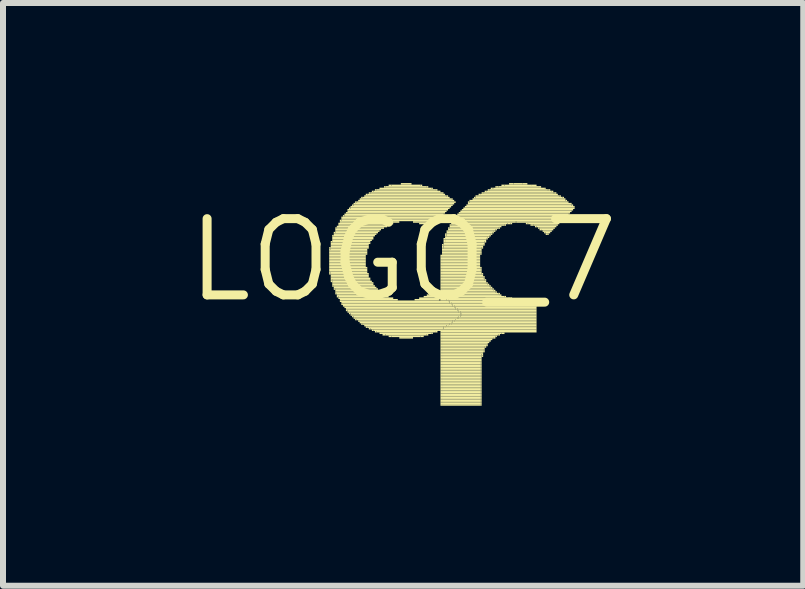
<source format=kicad_pcb>
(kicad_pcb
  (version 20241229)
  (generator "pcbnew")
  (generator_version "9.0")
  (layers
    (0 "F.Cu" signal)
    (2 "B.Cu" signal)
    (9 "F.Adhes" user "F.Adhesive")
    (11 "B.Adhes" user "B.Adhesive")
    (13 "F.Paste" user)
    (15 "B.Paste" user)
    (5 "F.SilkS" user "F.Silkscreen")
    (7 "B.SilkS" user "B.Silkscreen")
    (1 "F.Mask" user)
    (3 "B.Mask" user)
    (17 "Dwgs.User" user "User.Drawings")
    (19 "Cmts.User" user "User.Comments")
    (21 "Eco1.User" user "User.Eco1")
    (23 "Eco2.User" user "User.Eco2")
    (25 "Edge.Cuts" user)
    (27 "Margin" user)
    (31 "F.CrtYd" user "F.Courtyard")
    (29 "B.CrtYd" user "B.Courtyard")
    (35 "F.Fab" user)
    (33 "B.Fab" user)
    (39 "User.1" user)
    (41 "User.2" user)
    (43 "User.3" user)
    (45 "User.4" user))
  (footprint "LOGO_7"
    (layer "F.Cu")
    (at 3.666 1.283)
    (property "Reference" "LOGO_7" (at 0 0 0) (layer "F.SilkS") (effects (font (size 1.27 1.27) (thickness 0.15))))
    (fp_poly (pts (xy -1.232 -0.191) (xy -1.206 -0.191) (xy -1.206 -0.216) (xy -1.232 -0.216)) (stroke (width 0) (type solid)) (fill yes) (layer "F.SilkS"))
    (fp_poly (pts (xy -1.232 -0.165) (xy -1.206 -0.165) (xy -1.206 -0.191) (xy -1.232 -0.191)) (stroke (width 0) (type solid)) (fill yes) (layer "F.SilkS"))
    (fp_poly (pts (xy -1.232 -0.14) (xy -0.597 -0.14) (xy -0.597 -0.165) (xy -1.232 -0.165)) (stroke (width 0) (type solid)) (fill yes) (layer "F.SilkS"))
    (fp_poly (pts (xy -1.232 -0.114) (xy -0.597 -0.114) (xy -0.597 -0.14) (xy -1.232 -0.14)) (stroke (width 0) (type solid)) (fill yes) (layer "F.SilkS"))
    (fp_poly (pts (xy -1.232 -0.089) (xy -0.597 -0.089) (xy -0.597 -0.114) (xy -1.232 -0.114)) (stroke (width 0) (type solid)) (fill yes) (layer "F.SilkS"))
    (fp_poly (pts (xy -1.232 -0.064) (xy -0.622 -0.064) (xy -0.622 -0.089) (xy -1.232 -0.089)) (stroke (width 0) (type solid)) (fill yes) (layer "F.SilkS"))
    (fp_poly (pts (xy -1.232 -0.038) (xy -0.622 -0.038) (xy -0.622 -0.064) (xy -1.232 -0.064)) (stroke (width 0) (type solid)) (fill yes) (layer "F.SilkS"))
    (fp_poly (pts (xy -1.232 -0.013) (xy -0.622 -0.013) (xy -0.622 -0.038) (xy -1.232 -0.038)) (stroke (width 0) (type solid)) (fill yes) (layer "F.SilkS"))
    (fp_poly (pts (xy -1.232 0.013) (xy -0.622 0.013) (xy -0.622 -0.013) (xy -1.232 -0.013)) (stroke (width 0) (type solid)) (fill yes) (layer "F.SilkS"))
    (fp_poly (pts (xy -1.232 0.038) (xy -0.622 0.038) (xy -0.622 0.013) (xy -1.232 0.013)) (stroke (width 0) (type solid)) (fill yes) (layer "F.SilkS"))
    (fp_poly (pts (xy -1.232 0.064) (xy -0.622 0.064) (xy -0.622 0.038) (xy -1.232 0.038)) (stroke (width 0) (type solid)) (fill yes) (layer "F.SilkS"))
    (fp_poly (pts (xy -1.232 0.089) (xy -0.622 0.089) (xy -0.622 0.064) (xy -1.232 0.064)) (stroke (width 0) (type solid)) (fill yes) (layer "F.SilkS"))
    (fp_poly (pts (xy -1.232 0.114) (xy -0.622 0.114) (xy -0.622 0.089) (xy -1.232 0.089)) (stroke (width 0) (type solid)) (fill yes) (layer "F.SilkS"))
    (fp_poly (pts (xy -1.232 0.14) (xy -0.597 0.14) (xy -0.597 0.114) (xy -1.232 0.114)) (stroke (width 0) (type solid)) (fill yes) (layer "F.SilkS"))
    (fp_poly (pts (xy -1.232 0.165) (xy -0.597 0.165) (xy -0.597 0.14) (xy -1.232 0.14)) (stroke (width 0) (type solid)) (fill yes) (layer "F.SilkS"))
    (fp_poly (pts (xy -1.232 0.191) (xy -0.597 0.191) (xy -0.597 0.165) (xy -1.232 0.165)) (stroke (width 0) (type solid)) (fill yes) (layer "F.SilkS"))
    (fp_poly (pts (xy -1.232 0.216) (xy -1.206 0.216) (xy -1.206 0.191) (xy -1.232 0.191)) (stroke (width 0) (type solid)) (fill yes) (layer "F.SilkS"))
    (fp_poly (pts (xy -1.232 0.241) (xy -1.206 0.241) (xy -1.206 0.216) (xy -1.232 0.216)) (stroke (width 0) (type solid)) (fill yes) (layer "F.SilkS"))
    (fp_poly (pts (xy -1.206 -0.292) (xy -1.181 -0.292) (xy -1.181 -0.318) (xy -1.206 -0.318)) (stroke (width 0) (type solid)) (fill yes) (layer "F.SilkS"))
    (fp_poly (pts (xy -1.206 -0.267) (xy -0.546 -0.267) (xy -0.546 -0.292) (xy -1.206 -0.292)) (stroke (width 0) (type solid)) (fill yes) (layer "F.SilkS"))
    (fp_poly (pts (xy -1.206 -0.241) (xy -0.572 -0.241) (xy -0.572 -0.267) (xy -1.206 -0.267)) (stroke (width 0) (type solid)) (fill yes) (layer "F.SilkS"))
    (fp_poly (pts (xy -1.206 -0.216) (xy -0.572 -0.216) (xy -0.572 -0.241) (xy -1.206 -0.241)) (stroke (width 0) (type solid)) (fill yes) (layer "F.SilkS"))
    (fp_poly (pts (xy -1.206 -0.191) (xy -0.572 -0.191) (xy -0.572 -0.216) (xy -1.206 -0.216)) (stroke (width 0) (type solid)) (fill yes) (layer "F.SilkS"))
    (fp_poly (pts (xy -1.206 -0.165) (xy -0.597 -0.165) (xy -0.597 -0.191) (xy -1.206 -0.191)) (stroke (width 0) (type solid)) (fill yes) (layer "F.SilkS"))
    (fp_poly (pts (xy -1.206 0.216) (xy -0.597 0.216) (xy -0.597 0.191) (xy -1.206 0.191)) (stroke (width 0) (type solid)) (fill yes) (layer "F.SilkS"))
    (fp_poly (pts (xy -1.206 0.241) (xy -0.572 0.241) (xy -0.572 0.216) (xy -1.206 0.216)) (stroke (width 0) (type solid)) (fill yes) (layer "F.SilkS"))
    (fp_poly (pts (xy -1.206 0.267) (xy -0.572 0.267) (xy -0.572 0.241) (xy -1.206 0.241)) (stroke (width 0) (type solid)) (fill yes) (layer "F.SilkS"))
    (fp_poly (pts (xy -1.206 0.292) (xy -0.572 0.292) (xy -0.572 0.267) (xy -1.206 0.267)) (stroke (width 0) (type solid)) (fill yes) (layer "F.SilkS"))
    (fp_poly (pts (xy -1.206 0.318) (xy -0.546 0.318) (xy -0.546 0.292) (xy -1.206 0.292)) (stroke (width 0) (type solid)) (fill yes) (layer "F.SilkS"))
    (fp_poly (pts (xy -1.206 0.343) (xy -1.181 0.343) (xy -1.181 0.318) (xy -1.206 0.318)) (stroke (width 0) (type solid)) (fill yes) (layer "F.SilkS"))
    (fp_poly (pts (xy -1.206 0.368) (xy -1.181 0.368) (xy -1.181 0.343) (xy -1.206 0.343)) (stroke (width 0) (type solid)) (fill yes) (layer "F.SilkS"))
    (fp_poly (pts (xy -1.181 -0.394) (xy -1.156 -0.394) (xy -1.156 -0.419) (xy -1.181 -0.419)) (stroke (width 0) (type solid)) (fill yes) (layer "F.SilkS"))
    (fp_poly (pts (xy -1.181 -0.368) (xy -0.495 -0.368) (xy -0.495 -0.394) (xy -1.181 -0.394)) (stroke (width 0) (type solid)) (fill yes) (layer "F.SilkS"))
    (fp_poly (pts (xy -1.181 -0.343) (xy -0.495 -0.343) (xy -0.495 -0.368) (xy -1.181 -0.368)) (stroke (width 0) (type solid)) (fill yes) (layer "F.SilkS"))
    (fp_poly (pts (xy -1.181 -0.318) (xy -0.521 -0.318) (xy -0.521 -0.343) (xy -1.181 -0.343)) (stroke (width 0) (type solid)) (fill yes) (layer "F.SilkS"))
    (fp_poly (pts (xy -1.181 -0.292) (xy -0.546 -0.292) (xy -0.546 -0.318) (xy -1.181 -0.318)) (stroke (width 0) (type solid)) (fill yes) (layer "F.SilkS"))
    (fp_poly (pts (xy -1.181 0.343) (xy -0.546 0.343) (xy -0.546 0.318) (xy -1.181 0.318)) (stroke (width 0) (type solid)) (fill yes) (layer "F.SilkS"))
    (fp_poly (pts (xy -1.181 0.368) (xy -0.521 0.368) (xy -0.521 0.343) (xy -1.181 0.343)) (stroke (width 0) (type solid)) (fill yes) (layer "F.SilkS"))
    (fp_poly (pts (xy -1.181 0.394) (xy -0.495 0.394) (xy -0.495 0.368) (xy -1.181 0.368)) (stroke (width 0) (type solid)) (fill yes) (layer "F.SilkS"))
    (fp_poly (pts (xy -1.181 0.419) (xy -0.495 0.419) (xy -0.495 0.394) (xy -1.181 0.394)) (stroke (width 0) (type solid)) (fill yes) (layer "F.SilkS"))
    (fp_poly (pts (xy -1.181 0.445) (xy -1.156 0.445) (xy -1.156 0.419) (xy -1.181 0.419)) (stroke (width 0) (type solid)) (fill yes) (layer "F.SilkS"))
    (fp_poly (pts (xy -1.156 -0.445) (xy -1.13 -0.445) (xy -1.13 -0.47) (xy -1.156 -0.47)) (stroke (width 0) (type solid)) (fill yes) (layer "F.SilkS"))
    (fp_poly (pts (xy -1.156 -0.419) (xy -0.445 -0.419) (xy -0.445 -0.445) (xy -1.156 -0.445)) (stroke (width 0) (type solid)) (fill yes) (layer "F.SilkS"))
    (fp_poly (pts (xy -1.156 -0.394) (xy -0.47 -0.394) (xy -0.47 -0.419) (xy -1.156 -0.419)) (stroke (width 0) (type solid)) (fill yes) (layer "F.SilkS"))
    (fp_poly (pts (xy -1.156 0.445) (xy -0.47 0.445) (xy -0.47 0.419) (xy -1.156 0.419)) (stroke (width 0) (type solid)) (fill yes) (layer "F.SilkS"))
    (fp_poly (pts (xy -1.156 0.47) (xy -0.445 0.47) (xy -0.445 0.445) (xy -1.156 0.445)) (stroke (width 0) (type solid)) (fill yes) (layer "F.SilkS"))
    (fp_poly (pts (xy -1.156 0.495) (xy -1.13 0.495) (xy -1.13 0.47) (xy -1.156 0.47)) (stroke (width 0) (type solid)) (fill yes) (layer "F.SilkS"))
    (fp_poly (pts (xy -1.13 -0.521) (xy -1.105 -0.521) (xy -1.105 -0.546) (xy -1.13 -0.546)) (stroke (width 0) (type solid)) (fill yes) (layer "F.SilkS"))
    (fp_poly (pts (xy -1.13 -0.495) (xy -0.368 -0.495) (xy -0.368 -0.521) (xy -1.13 -0.521)) (stroke (width 0) (type solid)) (fill yes) (layer "F.SilkS"))
    (fp_poly (pts (xy -1.13 -0.47) (xy -0.394 -0.47) (xy -0.394 -0.495) (xy -1.13 -0.495)) (stroke (width 0) (type solid)) (fill yes) (layer "F.SilkS"))
    (fp_poly (pts (xy -1.13 -0.445) (xy -0.419 -0.445) (xy -0.419 -0.47) (xy -1.13 -0.47)) (stroke (width 0) (type solid)) (fill yes) (layer "F.SilkS"))
    (fp_poly (pts (xy -1.13 0.495) (xy -0.419 0.495) (xy -0.419 0.47) (xy -1.13 0.47)) (stroke (width 0) (type solid)) (fill yes) (layer "F.SilkS"))
    (fp_poly (pts (xy -1.13 0.521) (xy -0.394 0.521) (xy -0.394 0.495) (xy -1.13 0.495)) (stroke (width 0) (type solid)) (fill yes) (layer "F.SilkS"))
    (fp_poly (pts (xy -1.13 0.546) (xy -0.368 0.546) (xy -0.368 0.521) (xy -1.13 0.521)) (stroke (width 0) (type solid)) (fill yes) (layer "F.SilkS"))
    (fp_poly (pts (xy -1.13 0.572) (xy -1.105 0.572) (xy -1.105 0.546) (xy -1.13 0.546)) (stroke (width 0) (type solid)) (fill yes) (layer "F.SilkS"))
    (fp_poly (pts (xy -1.105 -0.546) (xy -0.267 -0.546) (xy -0.267 -0.572) (xy -1.105 -0.572)) (stroke (width 0) (type solid)) (fill yes) (layer "F.SilkS"))
    (fp_poly (pts (xy -1.105 -0.521) (xy -0.318 -0.521) (xy -0.318 -0.546) (xy -1.105 -0.546)) (stroke (width 0) (type solid)) (fill yes) (layer "F.SilkS"))
    (fp_poly (pts (xy -1.105 0.572) (xy -0.318 0.572) (xy -0.318 0.546) (xy -1.105 0.546)) (stroke (width 0) (type solid)) (fill yes) (layer "F.SilkS"))
    (fp_poly (pts (xy -1.105 0.597) (xy -0.292 0.597) (xy -0.292 0.572) (xy -1.105 0.572)) (stroke (width 0) (type solid)) (fill yes) (layer "F.SilkS"))
    (fp_poly (pts (xy -1.105 0.622) (xy -1.079 0.622) (xy -1.079 0.597) (xy -1.105 0.597)) (stroke (width 0) (type solid)) (fill yes) (layer "F.SilkS"))
    (fp_poly (pts (xy -1.079 -0.597) (xy -0.165 -0.597) (xy -0.165 -0.622) (xy -1.079 -0.622)) (stroke (width 0) (type solid)) (fill yes) (layer "F.SilkS"))
    (fp_poly (pts (xy -1.079 -0.572) (xy -0.241 -0.572) (xy -0.241 -0.597) (xy -1.079 -0.597)) (stroke (width 0) (type solid)) (fill yes) (layer "F.SilkS"))
    (fp_poly (pts (xy -1.079 0.622) (xy -0.241 0.622) (xy -0.241 0.597) (xy -1.079 0.597)) (stroke (width 0) (type solid)) (fill yes) (layer "F.SilkS"))
    (fp_poly (pts (xy -1.079 0.648) (xy -0.165 0.648) (xy -0.165 0.622) (xy -1.079 0.622)) (stroke (width 0) (type solid)) (fill yes) (layer "F.SilkS"))
    (fp_poly (pts (xy -1.054 -0.648) (xy -1.029 -0.648) (xy -1.029 -0.673) (xy -1.054 -0.673)) (stroke (width 0) (type solid)) (fill yes) (layer "F.SilkS"))
    (fp_poly (pts (xy -1.054 -0.622) (xy -0.064 -0.622) (xy -0.064 -0.648) (xy -1.054 -0.648)) (stroke (width 0) (type solid)) (fill yes) (layer "F.SilkS"))
    (fp_poly (pts (xy -1.054 0.673) (xy -0.089 0.673) (xy -0.089 0.648) (xy -1.054 0.648)) (stroke (width 0) (type solid)) (fill yes) (layer "F.SilkS"))
    (fp_poly (pts (xy -1.054 0.699) (xy 0.749 0.699) (xy 0.749 0.673) (xy -1.054 0.673)) (stroke (width 0) (type solid)) (fill yes) (layer "F.SilkS"))
    (fp_poly (pts (xy -1.029 -0.699) (xy -1.003 -0.699) (xy -1.003 -0.724) (xy -1.029 -0.724)) (stroke (width 0) (type solid)) (fill yes) (layer "F.SilkS"))
    (fp_poly (pts (xy -1.029 -0.673) (xy 0.597 -0.673) (xy 0.597 -0.699) (xy -1.029 -0.699)) (stroke (width 0) (type solid)) (fill yes) (layer "F.SilkS"))
    (fp_poly (pts (xy -1.029 -0.648) (xy 0.572 -0.648) (xy 0.572 -0.673) (xy -1.029 -0.673)) (stroke (width 0) (type solid)) (fill yes) (layer "F.SilkS"))
    (fp_poly (pts (xy -1.029 0.724) (xy 0.775 0.724) (xy 0.775 0.699) (xy -1.029 0.699)) (stroke (width 0) (type solid)) (fill yes) (layer "F.SilkS"))
    (fp_poly (pts (xy -1.029 0.749) (xy -1.003 0.749) (xy -1.003 0.724) (xy -1.029 0.724)) (stroke (width 0) (type solid)) (fill yes) (layer "F.SilkS"))
    (fp_poly (pts (xy -1.003 -0.724) (xy -0.978 -0.724) (xy -0.978 -0.749) (xy -1.003 -0.749)) (stroke (width 0) (type solid)) (fill yes) (layer "F.SilkS"))
    (fp_poly (pts (xy -1.003 -0.699) (xy 0.622 -0.699) (xy 0.622 -0.724) (xy -1.003 -0.724)) (stroke (width 0) (type solid)) (fill yes) (layer "F.SilkS"))
    (fp_poly (pts (xy -1.003 0.749) (xy 0.8 0.749) (xy 0.8 0.724) (xy -1.003 0.724)) (stroke (width 0) (type solid)) (fill yes) (layer "F.SilkS"))
    (fp_poly (pts (xy -1.003 0.775) (xy 0.826 0.775) (xy 0.826 0.749) (xy -1.003 0.749)) (stroke (width 0) (type solid)) (fill yes) (layer "F.SilkS"))
    (fp_poly (pts (xy -0.978 -0.749) (xy 0.673 -0.749) (xy 0.673 -0.775) (xy -0.978 -0.775)) (stroke (width 0) (type solid)) (fill yes) (layer "F.SilkS"))
    (fp_poly (pts (xy -0.978 -0.724) (xy 0.648 -0.724) (xy 0.648 -0.749) (xy -0.978 -0.749)) (stroke (width 0) (type solid)) (fill yes) (layer "F.SilkS"))
    (fp_poly (pts (xy -0.978 0.8) (xy 0.851 0.8) (xy 0.851 0.775) (xy -0.978 0.775)) (stroke (width 0) (type solid)) (fill yes) (layer "F.SilkS"))
    (fp_poly (pts (xy -0.953 -0.775) (xy 0.699 -0.775) (xy 0.699 -0.8) (xy -0.953 -0.8)) (stroke (width 0) (type solid)) (fill yes) (layer "F.SilkS"))
    (fp_poly (pts (xy -0.953 0.826) (xy 0.876 0.826) (xy 0.876 0.8) (xy -0.953 0.8)) (stroke (width 0) (type solid)) (fill yes) (layer "F.SilkS"))
    (fp_poly (pts (xy -0.953 0.851) (xy -0.927 0.851) (xy -0.927 0.826) (xy -0.953 0.826)) (stroke (width 0) (type solid)) (fill yes) (layer "F.SilkS"))
    (fp_poly (pts (xy -0.927 -0.826) (xy -0.902 -0.826) (xy -0.902 -0.851) (xy -0.927 -0.851)) (stroke (width 0) (type solid)) (fill yes) (layer "F.SilkS"))
    (fp_poly (pts (xy -0.927 -0.8) (xy 0.724 -0.8) (xy 0.724 -0.826) (xy -0.927 -0.826)) (stroke (width 0) (type solid)) (fill yes) (layer "F.SilkS"))
    (fp_poly (pts (xy -0.927 0.851) (xy 0.902 0.851) (xy 0.902 0.826) (xy -0.927 0.826)) (stroke (width 0) (type solid)) (fill yes) (layer "F.SilkS"))
    (fp_poly (pts (xy -0.927 0.876) (xy -0.902 0.876) (xy -0.902 0.851) (xy -0.927 0.851)) (stroke (width 0) (type solid)) (fill yes) (layer "F.SilkS"))
    (fp_poly (pts (xy -0.902 -0.851) (xy -0.876 -0.851) (xy -0.876 -0.876) (xy -0.902 -0.876)) (stroke (width 0) (type solid)) (fill yes) (layer "F.SilkS"))
    (fp_poly (pts (xy -0.902 -0.826) (xy 0.749 -0.826) (xy 0.749 -0.851) (xy -0.902 -0.851)) (stroke (width 0) (type solid)) (fill yes) (layer "F.SilkS"))
    (fp_poly (pts (xy -0.902 0.876) (xy 0.927 0.876) (xy 0.927 0.851) (xy -0.902 0.851)) (stroke (width 0) (type solid)) (fill yes) (layer "F.SilkS"))
    (fp_poly (pts (xy -0.902 0.902) (xy -0.876 0.902) (xy -0.876 0.876) (xy -0.902 0.876)) (stroke (width 0) (type solid)) (fill yes) (layer "F.SilkS"))
    (fp_poly (pts (xy -0.876 -0.876) (xy -0.851 -0.876) (xy -0.851 -0.902) (xy -0.876 -0.902)) (stroke (width 0) (type solid)) (fill yes) (layer "F.SilkS"))
    (fp_poly (pts (xy -0.876 -0.851) (xy 0.775 -0.851) (xy 0.775 -0.876) (xy -0.876 -0.876)) (stroke (width 0) (type solid)) (fill yes) (layer "F.SilkS"))
    (fp_poly (pts (xy -0.876 0.902) (xy 0.953 0.902) (xy 0.953 0.876) (xy -0.876 0.876)) (stroke (width 0) (type solid)) (fill yes) (layer "F.SilkS"))
    (fp_poly (pts (xy -0.876 0.927) (xy -0.851 0.927) (xy -0.851 0.902) (xy -0.876 0.902)) (stroke (width 0) (type solid)) (fill yes) (layer "F.SilkS"))
    (fp_poly (pts (xy -0.851 -0.902) (xy -0.826 -0.902) (xy -0.826 -0.927) (xy -0.851 -0.927)) (stroke (width 0) (type solid)) (fill yes) (layer "F.SilkS"))
    (fp_poly (pts (xy -0.851 -0.876) (xy 0.8 -0.876) (xy 0.8 -0.902) (xy -0.851 -0.902)) (stroke (width 0) (type solid)) (fill yes) (layer "F.SilkS"))
    (fp_poly (pts (xy -0.851 0.927) (xy 0.953 0.927) (xy 0.953 0.902) (xy -0.851 0.902)) (stroke (width 0) (type solid)) (fill yes) (layer "F.SilkS"))
    (fp_poly (pts (xy -0.851 0.953) (xy -0.826 0.953) (xy -0.826 0.927) (xy -0.851 0.927)) (stroke (width 0) (type solid)) (fill yes) (layer "F.SilkS"))
    (fp_poly (pts (xy -0.826 -0.927) (xy -0.8 -0.927) (xy -0.8 -0.953) (xy -0.826 -0.953)) (stroke (width 0) (type solid)) (fill yes) (layer "F.SilkS"))
    (fp_poly (pts (xy -0.826 -0.902) (xy 0.826 -0.902) (xy 0.826 -0.927) (xy -0.826 -0.927)) (stroke (width 0) (type solid)) (fill yes) (layer "F.SilkS"))
    (fp_poly (pts (xy -0.826 0.953) (xy 0.927 0.953) (xy 0.927 0.927) (xy -0.826 0.927)) (stroke (width 0) (type solid)) (fill yes) (layer "F.SilkS"))
    (fp_poly (pts (xy -0.826 0.978) (xy -0.8 0.978) (xy -0.8 0.953) (xy -0.826 0.953)) (stroke (width 0) (type solid)) (fill yes) (layer "F.SilkS"))
    (fp_poly (pts (xy -0.8 -0.953) (xy -0.775 -0.953) (xy -0.775 -0.978) (xy -0.8 -0.978)) (stroke (width 0) (type solid)) (fill yes) (layer "F.SilkS"))
    (fp_poly (pts (xy -0.8 -0.927) (xy 0.851 -0.927) (xy 0.851 -0.953) (xy -0.8 -0.953)) (stroke (width 0) (type solid)) (fill yes) (layer "F.SilkS"))
    (fp_poly (pts (xy -0.8 0.978) (xy 0.902 0.978) (xy 0.902 0.953) (xy -0.8 0.953)) (stroke (width 0) (type solid)) (fill yes) (layer "F.SilkS"))
    (fp_poly (pts (xy -0.8 1.003) (xy -0.775 1.003) (xy -0.775 0.978) (xy -0.8 0.978)) (stroke (width 0) (type solid)) (fill yes) (layer "F.SilkS"))
    (fp_poly (pts (xy -0.775 -0.953) (xy 0.876 -0.953) (xy 0.876 -0.978) (xy -0.775 -0.978)) (stroke (width 0) (type solid)) (fill yes) (layer "F.SilkS"))
    (fp_poly (pts (xy -0.775 1.003) (xy 0.876 1.003) (xy 0.876 0.978) (xy -0.775 0.978)) (stroke (width 0) (type solid)) (fill yes) (layer "F.SilkS"))
    (fp_poly (pts (xy -0.749 -0.978) (xy 0.851 -0.978) (xy 0.851 -1.003) (xy -0.749 -1.003)) (stroke (width 0) (type solid)) (fill yes) (layer "F.SilkS"))
    (fp_poly (pts (xy -0.749 1.029) (xy 0.826 1.029) (xy 0.826 1.003) (xy -0.749 1.003)) (stroke (width 0) (type solid)) (fill yes) (layer "F.SilkS"))
    (fp_poly (pts (xy -0.724 -1.003) (xy 0.8 -1.003) (xy 0.8 -1.029) (xy -0.724 -1.029)) (stroke (width 0) (type solid)) (fill yes) (layer "F.SilkS"))
    (fp_poly (pts (xy -0.724 1.054) (xy 0.8 1.054) (xy 0.8 1.029) (xy -0.724 1.029)) (stroke (width 0) (type solid)) (fill yes) (layer "F.SilkS"))
    (fp_poly (pts (xy -0.699 -1.029) (xy -0.673 -1.029) (xy -0.673 -1.054) (xy -0.699 -1.054)) (stroke (width 0) (type solid)) (fill yes) (layer "F.SilkS"))
    (fp_poly (pts (xy -0.699 1.079) (xy -0.673 1.079) (xy -0.673 1.054) (xy -0.699 1.054)) (stroke (width 0) (type solid)) (fill yes) (layer "F.SilkS"))
    (fp_poly (pts (xy -0.673 -1.029) (xy 0.775 -1.029) (xy 0.775 -1.054) (xy -0.673 -1.054)) (stroke (width 0) (type solid)) (fill yes) (layer "F.SilkS"))
    (fp_poly (pts (xy -0.673 1.079) (xy 0.775 1.079) (xy 0.775 1.054) (xy -0.673 1.054)) (stroke (width 0) (type solid)) (fill yes) (layer "F.SilkS"))
    (fp_poly (pts (xy -0.648 -1.054) (xy 0.724 -1.054) (xy 0.724 -1.079) (xy -0.648 -1.079)) (stroke (width 0) (type solid)) (fill yes) (layer "F.SilkS"))
    (fp_poly (pts (xy -0.648 1.105) (xy 0.724 1.105) (xy 0.724 1.079) (xy -0.648 1.079)) (stroke (width 0) (type solid)) (fill yes) (layer "F.SilkS"))
    (fp_poly (pts (xy -0.622 -1.079) (xy -0.597 -1.079) (xy -0.597 -1.105) (xy -0.622 -1.105)) (stroke (width 0) (type solid)) (fill yes) (layer "F.SilkS"))
    (fp_poly (pts (xy -0.622 1.13) (xy -0.597 1.13) (xy -0.597 1.105) (xy -0.622 1.105)) (stroke (width 0) (type solid)) (fill yes) (layer "F.SilkS"))
    (fp_poly (pts (xy -0.597 -1.079) (xy 0.699 -1.079) (xy 0.699 -1.105) (xy -0.597 -1.105)) (stroke (width 0) (type solid)) (fill yes) (layer "F.SilkS"))
    (fp_poly (pts (xy -0.597 1.13) (xy 0.673 1.13) (xy 0.673 1.105) (xy -0.597 1.105)) (stroke (width 0) (type solid)) (fill yes) (layer "F.SilkS"))
    (fp_poly (pts (xy -0.572 -1.105) (xy -0.546 -1.105) (xy -0.546 -1.13) (xy -0.572 -1.13)) (stroke (width 0) (type solid)) (fill yes) (layer "F.SilkS"))
    (fp_poly (pts (xy -0.572 1.156) (xy -0.546 1.156) (xy -0.546 1.13) (xy -0.572 1.13)) (stroke (width 0) (type solid)) (fill yes) (layer "F.SilkS"))
    (fp_poly (pts (xy -0.546 -1.105) (xy 0.648 -1.105) (xy 0.648 -1.13) (xy -0.546 -1.13)) (stroke (width 0) (type solid)) (fill yes) (layer "F.SilkS"))
    (fp_poly (pts (xy -0.546 1.156) (xy 0.648 1.156) (xy 0.648 1.13) (xy -0.546 1.13)) (stroke (width 0) (type solid)) (fill yes) (layer "F.SilkS"))
    (fp_poly (pts (xy -0.521 -1.13) (xy -0.495 -1.13) (xy -0.495 -1.156) (xy -0.521 -1.156)) (stroke (width 0) (type solid)) (fill yes) (layer "F.SilkS"))
    (fp_poly (pts (xy -0.521 1.181) (xy -0.495 1.181) (xy -0.495 1.156) (xy -0.521 1.156)) (stroke (width 0) (type solid)) (fill yes) (layer "F.SilkS"))
    (fp_poly (pts (xy -0.495 -1.13) (xy 0.597 -1.13) (xy 0.597 -1.156) (xy -0.495 -1.156)) (stroke (width 0) (type solid)) (fill yes) (layer "F.SilkS"))
    (fp_poly (pts (xy -0.495 1.181) (xy 0.597 1.181) (xy 0.597 1.156) (xy -0.495 1.156)) (stroke (width 0) (type solid)) (fill yes) (layer "F.SilkS"))
    (fp_poly (pts (xy -0.47 -1.156) (xy -0.445 -1.156) (xy -0.445 -1.181) (xy -0.47 -1.181)) (stroke (width 0) (type solid)) (fill yes) (layer "F.SilkS"))
    (fp_poly (pts (xy -0.47 1.206) (xy -0.445 1.206) (xy -0.445 1.181) (xy -0.47 1.181)) (stroke (width 0) (type solid)) (fill yes) (layer "F.SilkS"))
    (fp_poly (pts (xy -0.445 -1.156) (xy 0.546 -1.156) (xy 0.546 -1.181) (xy -0.445 -1.181)) (stroke (width 0) (type solid)) (fill yes) (layer "F.SilkS"))
    (fp_poly (pts (xy -0.445 1.206) (xy 0.546 1.206) (xy 0.546 1.181) (xy -0.445 1.181)) (stroke (width 0) (type solid)) (fill yes) (layer "F.SilkS"))
    (fp_poly (pts (xy -0.394 -1.181) (xy 0.47 -1.181) (xy 0.47 -1.206) (xy -0.394 -1.206)) (stroke (width 0) (type solid)) (fill yes) (layer "F.SilkS"))
    (fp_poly (pts (xy -0.394 1.232) (xy -0.368 1.232) (xy -0.368 1.206) (xy -0.394 1.206)) (stroke (width 0) (type solid)) (fill yes) (layer "F.SilkS"))
    (fp_poly (pts (xy -0.368 1.232) (xy 0.47 1.232) (xy 0.47 1.206) (xy -0.368 1.206)) (stroke (width 0) (type solid)) (fill yes) (layer "F.SilkS"))
    (fp_poly (pts (xy -0.343 1.257) (xy -0.292 1.257) (xy -0.292 1.232) (xy -0.343 1.232)) (stroke (width 0) (type solid)) (fill yes) (layer "F.SilkS"))
    (fp_poly (pts (xy -0.318 -1.206) (xy -0.292 -1.206) (xy -0.292 -1.232) (xy -0.318 -1.232)) (stroke (width 0) (type solid)) (fill yes) (layer "F.SilkS"))
    (fp_poly (pts (xy -0.292 -1.206) (xy 0.394 -1.206) (xy 0.394 -1.232) (xy -0.292 -1.232)) (stroke (width 0) (type solid)) (fill yes) (layer "F.SilkS"))
    (fp_poly (pts (xy -0.292 1.257) (xy 0.394 1.257) (xy 0.394 1.232) (xy -0.292 1.232)) (stroke (width 0) (type solid)) (fill yes) (layer "F.SilkS"))
    (fp_poly (pts (xy -0.241 -1.232) (xy -0.191 -1.232) (xy -0.191 -1.257) (xy -0.241 -1.257)) (stroke (width 0) (type solid)) (fill yes) (layer "F.SilkS"))
    (fp_poly (pts (xy -0.241 1.283) (xy -0.191 1.283) (xy -0.191 1.257) (xy -0.241 1.257)) (stroke (width 0) (type solid)) (fill yes) (layer "F.SilkS"))
    (fp_poly (pts (xy -0.191 -1.232) (xy 0.292 -1.232) (xy 0.292 -1.257) (xy -0.191 -1.257)) (stroke (width 0) (type solid)) (fill yes) (layer "F.SilkS"))
    (fp_poly (pts (xy -0.191 1.283) (xy 0.292 1.283) (xy 0.292 1.257) (xy -0.191 1.257)) (stroke (width 0) (type solid)) (fill yes) (layer "F.SilkS"))
    (fp_poly (pts (xy -0.064 1.308) (xy 0.165 1.308) (xy 0.165 1.283) (xy -0.064 1.283)) (stroke (width 0) (type solid)) (fill yes) (layer "F.SilkS"))
    (fp_poly (pts (xy -0.038 -1.257) (xy 0.14 -1.257) (xy 0.14 -1.283) (xy -0.038 -1.283)) (stroke (width 0) (type solid)) (fill yes) (layer "F.SilkS"))
    (fp_poly (pts (xy 0.165 -0.622) (xy 0.546 -0.622) (xy 0.546 -0.648) (xy 0.165 -0.648)) (stroke (width 0) (type solid)) (fill yes) (layer "F.SilkS"))
    (fp_poly (pts (xy 0.191 0.673) (xy 0.597 0.673) (xy 0.597 0.648) (xy 0.191 0.648)) (stroke (width 0) (type solid)) (fill yes) (layer "F.SilkS"))
    (fp_poly (pts (xy 0.267 -0.597) (xy 0.521 -0.597) (xy 0.521 -0.622) (xy 0.267 -0.622)) (stroke (width 0) (type solid)) (fill yes) (layer "F.SilkS"))
    (fp_poly (pts (xy 0.267 0.648) (xy 0.572 0.648) (xy 0.572 0.622) (xy 0.267 0.622)) (stroke (width 0) (type solid)) (fill yes) (layer "F.SilkS"))
    (fp_poly (pts (xy 0.292 -1.232) (xy 0.318 -1.232) (xy 0.318 -1.257) (xy 0.292 -1.257)) (stroke (width 0) (type solid)) (fill yes) (layer "F.SilkS"))
    (fp_poly (pts (xy 0.292 1.283) (xy 0.343 1.283) (xy 0.343 1.257) (xy 0.292 1.257)) (stroke (width 0) (type solid)) (fill yes) (layer "F.SilkS"))
    (fp_poly (pts (xy 0.343 -0.572) (xy 0.495 -0.572) (xy 0.495 -0.597) (xy 0.343 -0.597)) (stroke (width 0) (type solid)) (fill yes) (layer "F.SilkS"))
    (fp_poly (pts (xy 0.343 0.622) (xy 0.546 0.622) (xy 0.546 0.597) (xy 0.343 0.597)) (stroke (width 0) (type solid)) (fill yes) (layer "F.SilkS"))
    (fp_poly (pts (xy 0.394 -1.206) (xy 0.419 -1.206) (xy 0.419 -1.232) (xy 0.394 -1.232)) (stroke (width 0) (type solid)) (fill yes) (layer "F.SilkS"))
    (fp_poly (pts (xy 0.394 -0.546) (xy 0.47 -0.546) (xy 0.47 -0.572) (xy 0.394 -0.572)) (stroke (width 0) (type solid)) (fill yes) (layer "F.SilkS"))
    (fp_poly (pts (xy 0.394 0.597) (xy 0.521 0.597) (xy 0.521 0.572) (xy 0.394 0.572)) (stroke (width 0) (type solid)) (fill yes) (layer "F.SilkS"))
    (fp_poly (pts (xy 0.394 1.257) (xy 0.419 1.257) (xy 0.419 1.232) (xy 0.394 1.232)) (stroke (width 0) (type solid)) (fill yes) (layer "F.SilkS"))
    (fp_poly (pts (xy 0.419 -0.521) (xy 0.445 -0.521) (xy 0.445 -0.546) (xy 0.419 -0.546)) (stroke (width 0) (type solid)) (fill yes) (layer "F.SilkS"))
    (fp_poly (pts (xy 0.445 0.572) (xy 0.495 0.572) (xy 0.495 0.546) (xy 0.445 0.546)) (stroke (width 0) (type solid)) (fill yes) (layer "F.SilkS"))
    (fp_poly (pts (xy 0.47 -1.181) (xy 0.495 -1.181) (xy 0.495 -1.206) (xy 0.47 -1.206)) (stroke (width 0) (type solid)) (fill yes) (layer "F.SilkS"))
    (fp_poly (pts (xy 0.47 1.232) (xy 0.495 1.232) (xy 0.495 1.206) (xy 0.47 1.206)) (stroke (width 0) (type solid)) (fill yes) (layer "F.SilkS"))
    (fp_poly (pts (xy 0.546 -1.156) (xy 0.572 -1.156) (xy 0.572 -1.181) (xy 0.546 -1.181)) (stroke (width 0) (type solid)) (fill yes) (layer "F.SilkS"))
    (fp_poly (pts (xy 0.546 1.206) (xy 0.572 1.206) (xy 0.572 1.181) (xy 0.546 1.181)) (stroke (width 0) (type solid)) (fill yes) (layer "F.SilkS"))
    (fp_poly (pts (xy 0.597 -1.13) (xy 0.622 -1.13) (xy 0.622 -1.156) (xy 0.597 -1.156)) (stroke (width 0) (type solid)) (fill yes) (layer "F.SilkS"))
    (fp_poly (pts (xy 0.597 1.181) (xy 0.648 1.181) (xy 0.648 1.156) (xy 0.597 1.156)) (stroke (width 0) (type solid)) (fill yes) (layer "F.SilkS"))
    (fp_poly (pts (xy 0.622 -0.064) (xy 0.648 -0.064) (xy 0.648 -0.089) (xy 0.622 -0.089)) (stroke (width 0) (type solid)) (fill yes) (layer "F.SilkS"))
    (fp_poly (pts (xy 0.622 -0.038) (xy 0.648 -0.038) (xy 0.648 -0.064) (xy 0.622 -0.064)) (stroke (width 0) (type solid)) (fill yes) (layer "F.SilkS"))
    (fp_poly (pts (xy 0.622 -0.013) (xy 0.648 -0.013) (xy 0.648 -0.038) (xy 0.622 -0.038)) (stroke (width 0) (type solid)) (fill yes) (layer "F.SilkS"))
    (fp_poly (pts (xy 0.622 0.013) (xy 0.648 0.013) (xy 0.648 -0.013) (xy 0.622 -0.013)) (stroke (width 0) (type solid)) (fill yes) (layer "F.SilkS"))
    (fp_poly (pts (xy 0.622 0.038) (xy 0.648 0.038) (xy 0.648 0.013) (xy 0.622 0.013)) (stroke (width 0) (type solid)) (fill yes) (layer "F.SilkS"))
    (fp_poly (pts (xy 0.622 0.064) (xy 0.648 0.064) (xy 0.648 0.038) (xy 0.622 0.038)) (stroke (width 0) (type solid)) (fill yes) (layer "F.SilkS"))
    (fp_poly (pts (xy 0.622 0.089) (xy 0.648 0.089) (xy 0.648 0.064) (xy 0.622 0.064)) (stroke (width 0) (type solid)) (fill yes) (layer "F.SilkS"))
    (fp_poly (pts (xy 0.622 0.114) (xy 0.648 0.114) (xy 0.648 0.089) (xy 0.622 0.089)) (stroke (width 0) (type solid)) (fill yes) (layer "F.SilkS"))
    (fp_poly (pts (xy 0.622 0.14) (xy 0.648 0.14) (xy 0.648 0.114) (xy 0.622 0.114)) (stroke (width 0) (type solid)) (fill yes) (layer "F.SilkS"))
    (fp_poly (pts (xy 0.622 0.165) (xy 0.648 0.165) (xy 0.648 0.14) (xy 0.622 0.14)) (stroke (width 0) (type solid)) (fill yes) (layer "F.SilkS"))
    (fp_poly (pts (xy 0.622 0.191) (xy 0.648 0.191) (xy 0.648 0.165) (xy 0.622 0.165)) (stroke (width 0) (type solid)) (fill yes) (layer "F.SilkS"))
    (fp_poly (pts (xy 0.622 0.216) (xy 0.648 0.216) (xy 0.648 0.191) (xy 0.622 0.191)) (stroke (width 0) (type solid)) (fill yes) (layer "F.SilkS"))
    (fp_poly (pts (xy 0.622 0.241) (xy 0.648 0.241) (xy 0.648 0.216) (xy 0.622 0.216)) (stroke (width 0) (type solid)) (fill yes) (layer "F.SilkS"))
    (fp_poly (pts (xy 0.622 0.267) (xy 0.648 0.267) (xy 0.648 0.241) (xy 0.622 0.241)) (stroke (width 0) (type solid)) (fill yes) (layer "F.SilkS"))
    (fp_poly (pts (xy 0.622 0.292) (xy 0.648 0.292) (xy 0.648 0.267) (xy 0.622 0.267)) (stroke (width 0) (type solid)) (fill yes) (layer "F.SilkS"))
    (fp_poly (pts (xy 0.622 0.318) (xy 0.648 0.318) (xy 0.648 0.292) (xy 0.622 0.292)) (stroke (width 0) (type solid)) (fill yes) (layer "F.SilkS"))
    (fp_poly (pts (xy 0.622 0.343) (xy 0.648 0.343) (xy 0.648 0.318) (xy 0.622 0.318)) (stroke (width 0) (type solid)) (fill yes) (layer "F.SilkS"))
    (fp_poly (pts (xy 0.622 0.368) (xy 0.648 0.368) (xy 0.648 0.343) (xy 0.622 0.343)) (stroke (width 0) (type solid)) (fill yes) (layer "F.SilkS"))
    (fp_poly (pts (xy 0.622 0.394) (xy 0.648 0.394) (xy 0.648 0.368) (xy 0.622 0.368)) (stroke (width 0) (type solid)) (fill yes) (layer "F.SilkS"))
    (fp_poly (pts (xy 0.622 0.419) (xy 0.648 0.419) (xy 0.648 0.394) (xy 0.622 0.394)) (stroke (width 0) (type solid)) (fill yes) (layer "F.SilkS"))
    (fp_poly (pts (xy 0.622 0.445) (xy 0.648 0.445) (xy 0.648 0.419) (xy 0.622 0.419)) (stroke (width 0) (type solid)) (fill yes) (layer "F.SilkS"))
    (fp_poly (pts (xy 0.622 0.47) (xy 0.648 0.47) (xy 0.648 0.445) (xy 0.622 0.445)) (stroke (width 0) (type solid)) (fill yes) (layer "F.SilkS"))
    (fp_poly (pts (xy 0.622 0.495) (xy 0.648 0.495) (xy 0.648 0.47) (xy 0.622 0.47)) (stroke (width 0) (type solid)) (fill yes) (layer "F.SilkS"))
    (fp_poly (pts (xy 0.622 0.521) (xy 0.648 0.521) (xy 0.648 0.495) (xy 0.622 0.495)) (stroke (width 0) (type solid)) (fill yes) (layer "F.SilkS"))
    (fp_poly (pts (xy 0.622 0.546) (xy 0.648 0.546) (xy 0.648 0.521) (xy 0.622 0.521)) (stroke (width 0) (type solid)) (fill yes) (layer "F.SilkS"))
    (fp_poly (pts (xy 0.622 0.572) (xy 0.648 0.572) (xy 0.648 0.546) (xy 0.622 0.546)) (stroke (width 0) (type solid)) (fill yes) (layer "F.SilkS"))
    (fp_poly (pts (xy 0.622 0.597) (xy 0.648 0.597) (xy 0.648 0.572) (xy 0.622 0.572)) (stroke (width 0) (type solid)) (fill yes) (layer "F.SilkS"))
    (fp_poly (pts (xy 0.622 0.622) (xy 0.673 0.622) (xy 0.673 0.597) (xy 0.622 0.597)) (stroke (width 0) (type solid)) (fill yes) (layer "F.SilkS"))
    (fp_poly (pts (xy 0.622 0.648) (xy 0.699 0.648) (xy 0.699 0.622) (xy 0.622 0.622)) (stroke (width 0) (type solid)) (fill yes) (layer "F.SilkS"))
    (fp_poly (pts (xy 0.622 0.673) (xy 0.724 0.673) (xy 0.724 0.648) (xy 0.622 0.648)) (stroke (width 0) (type solid)) (fill yes) (layer "F.SilkS"))
    (fp_poly (pts (xy 0.622 1.206) (xy 0.648 1.206) (xy 0.648 1.181) (xy 0.622 1.181)) (stroke (width 0) (type solid)) (fill yes) (layer "F.SilkS"))
    (fp_poly (pts (xy 0.622 1.232) (xy 0.648 1.232) (xy 0.648 1.206) (xy 0.622 1.206)) (stroke (width 0) (type solid)) (fill yes) (layer "F.SilkS"))
    (fp_poly (pts (xy 0.622 1.257) (xy 0.648 1.257) (xy 0.648 1.232) (xy 0.622 1.232)) (stroke (width 0) (type solid)) (fill yes) (layer "F.SilkS"))
    (fp_poly (pts (xy 0.622 1.283) (xy 0.648 1.283) (xy 0.648 1.257) (xy 0.622 1.257)) (stroke (width 0) (type solid)) (fill yes) (layer "F.SilkS"))
    (fp_poly (pts (xy 0.622 1.308) (xy 0.648 1.308) (xy 0.648 1.283) (xy 0.622 1.283)) (stroke (width 0) (type solid)) (fill yes) (layer "F.SilkS"))
    (fp_poly (pts (xy 0.622 1.333) (xy 0.648 1.333) (xy 0.648 1.308) (xy 0.622 1.308)) (stroke (width 0) (type solid)) (fill yes) (layer "F.SilkS"))
    (fp_poly (pts (xy 0.622 1.359) (xy 0.648 1.359) (xy 0.648 1.333) (xy 0.622 1.333)) (stroke (width 0) (type solid)) (fill yes) (layer "F.SilkS"))
    (fp_poly (pts (xy 0.622 1.384) (xy 0.648 1.384) (xy 0.648 1.359) (xy 0.622 1.359)) (stroke (width 0) (type solid)) (fill yes) (layer "F.SilkS"))
    (fp_poly (pts (xy 0.622 1.41) (xy 0.648 1.41) (xy 0.648 1.384) (xy 0.622 1.384)) (stroke (width 0) (type solid)) (fill yes) (layer "F.SilkS"))
    (fp_poly (pts (xy 0.622 1.435) (xy 0.648 1.435) (xy 0.648 1.41) (xy 0.622 1.41)) (stroke (width 0) (type solid)) (fill yes) (layer "F.SilkS"))
    (fp_poly (pts (xy 0.622 1.46) (xy 0.648 1.46) (xy 0.648 1.435) (xy 0.622 1.435)) (stroke (width 0) (type solid)) (fill yes) (layer "F.SilkS"))
    (fp_poly (pts (xy 0.622 1.486) (xy 0.648 1.486) (xy 0.648 1.46) (xy 0.622 1.46)) (stroke (width 0) (type solid)) (fill yes) (layer "F.SilkS"))
    (fp_poly (pts (xy 0.622 1.511) (xy 0.648 1.511) (xy 0.648 1.486) (xy 0.622 1.486)) (stroke (width 0) (type solid)) (fill yes) (layer "F.SilkS"))
    (fp_poly (pts (xy 0.622 1.537) (xy 0.648 1.537) (xy 0.648 1.511) (xy 0.622 1.511)) (stroke (width 0) (type solid)) (fill yes) (layer "F.SilkS"))
    (fp_poly (pts (xy 0.622 1.562) (xy 0.648 1.562) (xy 0.648 1.537) (xy 0.622 1.537)) (stroke (width 0) (type solid)) (fill yes) (layer "F.SilkS"))
    (fp_poly (pts (xy 0.622 1.587) (xy 0.648 1.587) (xy 0.648 1.562) (xy 0.622 1.562)) (stroke (width 0) (type solid)) (fill yes) (layer "F.SilkS"))
    (fp_poly (pts (xy 0.622 1.613) (xy 0.648 1.613) (xy 0.648 1.587) (xy 0.622 1.587)) (stroke (width 0) (type solid)) (fill yes) (layer "F.SilkS"))
    (fp_poly (pts (xy 0.622 1.638) (xy 0.648 1.638) (xy 0.648 1.613) (xy 0.622 1.613)) (stroke (width 0) (type solid)) (fill yes) (layer "F.SilkS"))
    (fp_poly (pts (xy 0.622 1.664) (xy 0.648 1.664) (xy 0.648 1.638) (xy 0.622 1.638)) (stroke (width 0) (type solid)) (fill yes) (layer "F.SilkS"))
    (fp_poly (pts (xy 0.622 1.689) (xy 0.648 1.689) (xy 0.648 1.664) (xy 0.622 1.664)) (stroke (width 0) (type solid)) (fill yes) (layer "F.SilkS"))
    (fp_poly (pts (xy 0.622 1.714) (xy 0.648 1.714) (xy 0.648 1.689) (xy 0.622 1.689)) (stroke (width 0) (type solid)) (fill yes) (layer "F.SilkS"))
    (fp_poly (pts (xy 0.622 1.74) (xy 0.648 1.74) (xy 0.648 1.714) (xy 0.622 1.714)) (stroke (width 0) (type solid)) (fill yes) (layer "F.SilkS"))
    (fp_poly (pts (xy 0.622 1.765) (xy 0.648 1.765) (xy 0.648 1.74) (xy 0.622 1.74)) (stroke (width 0) (type solid)) (fill yes) (layer "F.SilkS"))
    (fp_poly (pts (xy 0.622 1.791) (xy 0.648 1.791) (xy 0.648 1.765) (xy 0.622 1.765)) (stroke (width 0) (type solid)) (fill yes) (layer "F.SilkS"))
    (fp_poly (pts (xy 0.622 1.816) (xy 0.648 1.816) (xy 0.648 1.791) (xy 0.622 1.791)) (stroke (width 0) (type solid)) (fill yes) (layer "F.SilkS"))
    (fp_poly (pts (xy 0.622 1.841) (xy 0.648 1.841) (xy 0.648 1.816) (xy 0.622 1.816)) (stroke (width 0) (type solid)) (fill yes) (layer "F.SilkS"))
    (fp_poly (pts (xy 0.622 1.867) (xy 0.648 1.867) (xy 0.648 1.841) (xy 0.622 1.841)) (stroke (width 0) (type solid)) (fill yes) (layer "F.SilkS"))
    (fp_poly (pts (xy 0.622 1.892) (xy 0.648 1.892) (xy 0.648 1.867) (xy 0.622 1.867)) (stroke (width 0) (type solid)) (fill yes) (layer "F.SilkS"))
    (fp_poly (pts (xy 0.622 1.918) (xy 0.648 1.918) (xy 0.648 1.892) (xy 0.622 1.892)) (stroke (width 0) (type solid)) (fill yes) (layer "F.SilkS"))
    (fp_poly (pts (xy 0.622 1.943) (xy 0.648 1.943) (xy 0.648 1.918) (xy 0.622 1.918)) (stroke (width 0) (type solid)) (fill yes) (layer "F.SilkS"))
    (fp_poly (pts (xy 0.622 1.968) (xy 0.648 1.968) (xy 0.648 1.943) (xy 0.622 1.943)) (stroke (width 0) (type solid)) (fill yes) (layer "F.SilkS"))
    (fp_poly (pts (xy 0.622 1.994) (xy 0.648 1.994) (xy 0.648 1.968) (xy 0.622 1.968)) (stroke (width 0) (type solid)) (fill yes) (layer "F.SilkS"))
    (fp_poly (pts (xy 0.622 2.019) (xy 0.648 2.019) (xy 0.648 1.994) (xy 0.622 1.994)) (stroke (width 0) (type solid)) (fill yes) (layer "F.SilkS"))
    (fp_poly (pts (xy 0.622 2.045) (xy 0.648 2.045) (xy 0.648 2.019) (xy 0.622 2.019)) (stroke (width 0) (type solid)) (fill yes) (layer "F.SilkS"))
    (fp_poly (pts (xy 0.622 2.07) (xy 0.648 2.07) (xy 0.648 2.045) (xy 0.622 2.045)) (stroke (width 0) (type solid)) (fill yes) (layer "F.SilkS"))
    (fp_poly (pts (xy 0.622 2.095) (xy 0.648 2.095) (xy 0.648 2.07) (xy 0.622 2.07)) (stroke (width 0) (type solid)) (fill yes) (layer "F.SilkS"))
    (fp_poly (pts (xy 0.622 2.121) (xy 0.648 2.121) (xy 0.648 2.095) (xy 0.622 2.095)) (stroke (width 0) (type solid)) (fill yes) (layer "F.SilkS"))
    (fp_poly (pts (xy 0.622 2.146) (xy 0.648 2.146) (xy 0.648 2.121) (xy 0.622 2.121)) (stroke (width 0) (type solid)) (fill yes) (layer "F.SilkS"))
    (fp_poly (pts (xy 0.622 2.172) (xy 0.648 2.172) (xy 0.648 2.146) (xy 0.622 2.146)) (stroke (width 0) (type solid)) (fill yes) (layer "F.SilkS"))
    (fp_poly (pts (xy 0.622 2.197) (xy 0.648 2.197) (xy 0.648 2.172) (xy 0.622 2.172)) (stroke (width 0) (type solid)) (fill yes) (layer "F.SilkS"))
    (fp_poly (pts (xy 0.622 2.223) (xy 0.648 2.223) (xy 0.648 2.197) (xy 0.622 2.197)) (stroke (width 0) (type solid)) (fill yes) (layer "F.SilkS"))
    (fp_poly (pts (xy 0.622 2.248) (xy 0.648 2.248) (xy 0.648 2.223) (xy 0.622 2.223)) (stroke (width 0) (type solid)) (fill yes) (layer "F.SilkS"))
    (fp_poly (pts (xy 0.622 2.273) (xy 0.648 2.273) (xy 0.648 2.248) (xy 0.622 2.248)) (stroke (width 0) (type solid)) (fill yes) (layer "F.SilkS"))
    (fp_poly (pts (xy 0.622 2.299) (xy 0.648 2.299) (xy 0.648 2.273) (xy 0.622 2.273)) (stroke (width 0) (type solid)) (fill yes) (layer "F.SilkS"))
    (fp_poly (pts (xy 0.622 2.324) (xy 0.648 2.324) (xy 0.648 2.299) (xy 0.622 2.299)) (stroke (width 0) (type solid)) (fill yes) (layer "F.SilkS"))
    (fp_poly (pts (xy 0.622 2.349) (xy 0.648 2.349) (xy 0.648 2.324) (xy 0.622 2.324)) (stroke (width 0) (type solid)) (fill yes) (layer "F.SilkS"))
    (fp_poly (pts (xy 0.622 2.375) (xy 0.648 2.375) (xy 0.648 2.349) (xy 0.622 2.349)) (stroke (width 0) (type solid)) (fill yes) (layer "F.SilkS"))
    (fp_poly (pts (xy 0.622 2.4) (xy 0.648 2.4) (xy 0.648 2.375) (xy 0.622 2.375)) (stroke (width 0) (type solid)) (fill yes) (layer "F.SilkS"))
    (fp_poly (pts (xy 0.622 2.426) (xy 0.648 2.426) (xy 0.648 2.4) (xy 0.622 2.4)) (stroke (width 0) (type solid)) (fill yes) (layer "F.SilkS"))
    (fp_poly (pts (xy 0.648 -1.105) (xy 0.673 -1.105) (xy 0.673 -1.13) (xy 0.648 -1.13)) (stroke (width 0) (type solid)) (fill yes) (layer "F.SilkS"))
    (fp_poly (pts (xy 0.648 -0.241) (xy 0.673 -0.241) (xy 0.673 -0.267) (xy 0.648 -0.267)) (stroke (width 0) (type solid)) (fill yes) (layer "F.SilkS"))
    (fp_poly (pts (xy 0.648 -0.216) (xy 0.673 -0.216) (xy 0.673 -0.241) (xy 0.648 -0.241)) (stroke (width 0) (type solid)) (fill yes) (layer "F.SilkS"))
    (fp_poly (pts (xy 0.648 -0.191) (xy 0.673 -0.191) (xy 0.673 -0.216) (xy 0.648 -0.216)) (stroke (width 0) (type solid)) (fill yes) (layer "F.SilkS"))
    (fp_poly (pts (xy 0.648 -0.165) (xy 1.308 -0.165) (xy 1.308 -0.191) (xy 0.648 -0.191)) (stroke (width 0) (type solid)) (fill yes) (layer "F.SilkS"))
    (fp_poly (pts (xy 0.648 -0.14) (xy 1.308 -0.14) (xy 1.308 -0.165) (xy 0.648 -0.165)) (stroke (width 0) (type solid)) (fill yes) (layer "F.SilkS"))
    (fp_poly (pts (xy 0.648 -0.114) (xy 1.283 -0.114) (xy 1.283 -0.14) (xy 0.648 -0.14)) (stroke (width 0) (type solid)) (fill yes) (layer "F.SilkS"))
    (fp_poly (pts (xy 0.648 -0.089) (xy 1.283 -0.089) (xy 1.283 -0.114) (xy 0.648 -0.114)) (stroke (width 0) (type solid)) (fill yes) (layer "F.SilkS"))
    (fp_poly (pts (xy 0.648 -0.064) (xy 1.283 -0.064) (xy 1.283 -0.089) (xy 0.648 -0.089)) (stroke (width 0) (type solid)) (fill yes) (layer "F.SilkS"))
    (fp_poly (pts (xy 0.648 -0.038) (xy 1.283 -0.038) (xy 1.283 -0.064) (xy 0.648 -0.064)) (stroke (width 0) (type solid)) (fill yes) (layer "F.SilkS"))
    (fp_poly (pts (xy 0.648 -0.013) (xy 1.283 -0.013) (xy 1.283 -0.038) (xy 0.648 -0.038)) (stroke (width 0) (type solid)) (fill yes) (layer "F.SilkS"))
    (fp_poly (pts (xy 0.648 0.013) (xy 1.283 0.013) (xy 1.283 -0.013) (xy 0.648 -0.013)) (stroke (width 0) (type solid)) (fill yes) (layer "F.SilkS"))
    (fp_poly (pts (xy 0.648 0.038) (xy 1.283 0.038) (xy 1.283 0.013) (xy 0.648 0.013)) (stroke (width 0) (type solid)) (fill yes) (layer "F.SilkS"))
    (fp_poly (pts (xy 0.648 0.064) (xy 1.283 0.064) (xy 1.283 0.038) (xy 0.648 0.038)) (stroke (width 0) (type solid)) (fill yes) (layer "F.SilkS"))
    (fp_poly (pts (xy 0.648 0.089) (xy 1.283 0.089) (xy 1.283 0.064) (xy 0.648 0.064)) (stroke (width 0) (type solid)) (fill yes) (layer "F.SilkS"))
    (fp_poly (pts (xy 0.648 0.114) (xy 1.283 0.114) (xy 1.283 0.089) (xy 0.648 0.089)) (stroke (width 0) (type solid)) (fill yes) (layer "F.SilkS"))
    (fp_poly (pts (xy 0.648 0.14) (xy 1.283 0.14) (xy 1.283 0.114) (xy 0.648 0.114)) (stroke (width 0) (type solid)) (fill yes) (layer "F.SilkS"))
    (fp_poly (pts (xy 0.648 0.165) (xy 1.283 0.165) (xy 1.283 0.14) (xy 0.648 0.14)) (stroke (width 0) (type solid)) (fill yes) (layer "F.SilkS"))
    (fp_poly (pts (xy 0.648 0.191) (xy 1.283 0.191) (xy 1.283 0.165) (xy 0.648 0.165)) (stroke (width 0) (type solid)) (fill yes) (layer "F.SilkS"))
    (fp_poly (pts (xy 0.648 0.216) (xy 1.308 0.216) (xy 1.308 0.191) (xy 0.648 0.191)) (stroke (width 0) (type solid)) (fill yes) (layer "F.SilkS"))
    (fp_poly (pts (xy 0.648 0.241) (xy 1.308 0.241) (xy 1.308 0.216) (xy 0.648 0.216)) (stroke (width 0) (type solid)) (fill yes) (layer "F.SilkS"))
    (fp_poly (pts (xy 0.648 0.267) (xy 1.333 0.267) (xy 1.333 0.241) (xy 0.648 0.241)) (stroke (width 0) (type solid)) (fill yes) (layer "F.SilkS"))
    (fp_poly (pts (xy 0.648 0.292) (xy 1.333 0.292) (xy 1.333 0.267) (xy 0.648 0.267)) (stroke (width 0) (type solid)) (fill yes) (layer "F.SilkS"))
    (fp_poly (pts (xy 0.648 0.318) (xy 1.333 0.318) (xy 1.333 0.292) (xy 0.648 0.292)) (stroke (width 0) (type solid)) (fill yes) (layer "F.SilkS"))
    (fp_poly (pts (xy 0.648 0.343) (xy 1.359 0.343) (xy 1.359 0.318) (xy 0.648 0.318)) (stroke (width 0) (type solid)) (fill yes) (layer "F.SilkS"))
    (fp_poly (pts (xy 0.648 0.368) (xy 1.384 0.368) (xy 1.384 0.343) (xy 0.648 0.343)) (stroke (width 0) (type solid)) (fill yes) (layer "F.SilkS"))
    (fp_poly (pts (xy 0.648 0.394) (xy 1.384 0.394) (xy 1.384 0.368) (xy 0.648 0.368)) (stroke (width 0) (type solid)) (fill yes) (layer "F.SilkS"))
    (fp_poly (pts (xy 0.648 0.419) (xy 1.41 0.419) (xy 1.41 0.394) (xy 0.648 0.394)) (stroke (width 0) (type solid)) (fill yes) (layer "F.SilkS"))
    (fp_poly (pts (xy 0.648 0.445) (xy 1.435 0.445) (xy 1.435 0.419) (xy 0.648 0.419)) (stroke (width 0) (type solid)) (fill yes) (layer "F.SilkS"))
    (fp_poly (pts (xy 0.648 0.47) (xy 1.46 0.47) (xy 1.46 0.445) (xy 0.648 0.445)) (stroke (width 0) (type solid)) (fill yes) (layer "F.SilkS"))
    (fp_poly (pts (xy 0.648 0.495) (xy 1.486 0.495) (xy 1.486 0.47) (xy 0.648 0.47)) (stroke (width 0) (type solid)) (fill yes) (layer "F.SilkS"))
    (fp_poly (pts (xy 0.648 0.521) (xy 1.511 0.521) (xy 1.511 0.495) (xy 0.648 0.495)) (stroke (width 0) (type solid)) (fill yes) (layer "F.SilkS"))
    (fp_poly (pts (xy 0.648 0.546) (xy 1.537 0.546) (xy 1.537 0.521) (xy 0.648 0.521)) (stroke (width 0) (type solid)) (fill yes) (layer "F.SilkS"))
    (fp_poly (pts (xy 0.648 0.572) (xy 1.587 0.572) (xy 1.587 0.546) (xy 0.648 0.546)) (stroke (width 0) (type solid)) (fill yes) (layer "F.SilkS"))
    (fp_poly (pts (xy 0.648 0.597) (xy 0.673 0.597) (xy 0.673 0.572) (xy 0.648 0.572)) (stroke (width 0) (type solid)) (fill yes) (layer "F.SilkS"))
    (fp_poly (pts (xy 0.648 1.156) (xy 0.673 1.156) (xy 0.673 1.13) (xy 0.648 1.13)) (stroke (width 0) (type solid)) (fill yes) (layer "F.SilkS"))
    (fp_poly (pts (xy 0.648 1.181) (xy 2.223 1.181) (xy 2.223 1.156) (xy 0.648 1.156)) (stroke (width 0) (type solid)) (fill yes) (layer "F.SilkS"))
    (fp_poly (pts (xy 0.648 1.206) (xy 2.223 1.206) (xy 2.223 1.181) (xy 0.648 1.181)) (stroke (width 0) (type solid)) (fill yes) (layer "F.SilkS"))
    (fp_poly (pts (xy 0.648 1.232) (xy 1.638 1.232) (xy 1.638 1.206) (xy 0.648 1.206)) (stroke (width 0) (type solid)) (fill yes) (layer "F.SilkS"))
    (fp_poly (pts (xy 0.648 1.257) (xy 1.587 1.257) (xy 1.587 1.232) (xy 0.648 1.232)) (stroke (width 0) (type solid)) (fill yes) (layer "F.SilkS"))
    (fp_poly (pts (xy 0.648 1.283) (xy 1.537 1.283) (xy 1.537 1.257) (xy 0.648 1.257)) (stroke (width 0) (type solid)) (fill yes) (layer "F.SilkS"))
    (fp_poly (pts (xy 0.648 1.308) (xy 1.511 1.308) (xy 1.511 1.283) (xy 0.648 1.283)) (stroke (width 0) (type solid)) (fill yes) (layer "F.SilkS"))
    (fp_poly (pts (xy 0.648 1.333) (xy 1.486 1.333) (xy 1.486 1.308) (xy 0.648 1.308)) (stroke (width 0) (type solid)) (fill yes) (layer "F.SilkS"))
    (fp_poly (pts (xy 0.648 1.359) (xy 1.46 1.359) (xy 1.46 1.333) (xy 0.648 1.333)) (stroke (width 0) (type solid)) (fill yes) (layer "F.SilkS"))
    (fp_poly (pts (xy 0.648 1.384) (xy 1.435 1.384) (xy 1.435 1.359) (xy 0.648 1.359)) (stroke (width 0) (type solid)) (fill yes) (layer "F.SilkS"))
    (fp_poly (pts (xy 0.648 1.41) (xy 1.41 1.41) (xy 1.41 1.384) (xy 0.648 1.384)) (stroke (width 0) (type solid)) (fill yes) (layer "F.SilkS"))
    (fp_poly (pts (xy 0.648 1.435) (xy 1.384 1.435) (xy 1.384 1.41) (xy 0.648 1.41)) (stroke (width 0) (type solid)) (fill yes) (layer "F.SilkS"))
    (fp_poly (pts (xy 0.648 1.46) (xy 1.359 1.46) (xy 1.359 1.435) (xy 0.648 1.435)) (stroke (width 0) (type solid)) (fill yes) (layer "F.SilkS"))
    (fp_poly (pts (xy 0.648 1.486) (xy 1.359 1.486) (xy 1.359 1.46) (xy 0.648 1.46)) (stroke (width 0) (type solid)) (fill yes) (layer "F.SilkS"))
    (fp_poly (pts (xy 0.648 1.511) (xy 1.333 1.511) (xy 1.333 1.486) (xy 0.648 1.486)) (stroke (width 0) (type solid)) (fill yes) (layer "F.SilkS"))
    (fp_poly (pts (xy 0.648 1.537) (xy 1.333 1.537) (xy 1.333 1.511) (xy 0.648 1.511)) (stroke (width 0) (type solid)) (fill yes) (layer "F.SilkS"))
    (fp_poly (pts (xy 0.648 1.562) (xy 1.333 1.562) (xy 1.333 1.537) (xy 0.648 1.537)) (stroke (width 0) (type solid)) (fill yes) (layer "F.SilkS"))
    (fp_poly (pts (xy 0.648 1.587) (xy 1.308 1.587) (xy 1.308 1.562) (xy 0.648 1.562)) (stroke (width 0) (type solid)) (fill yes) (layer "F.SilkS"))
    (fp_poly (pts (xy 0.648 1.613) (xy 1.308 1.613) (xy 1.308 1.587) (xy 0.648 1.587)) (stroke (width 0) (type solid)) (fill yes) (layer "F.SilkS"))
    (fp_poly (pts (xy 0.648 1.638) (xy 1.308 1.638) (xy 1.308 1.613) (xy 0.648 1.613)) (stroke (width 0) (type solid)) (fill yes) (layer "F.SilkS"))
    (fp_poly (pts (xy 0.648 1.664) (xy 1.308 1.664) (xy 1.308 1.638) (xy 0.648 1.638)) (stroke (width 0) (type solid)) (fill yes) (layer "F.SilkS"))
    (fp_poly (pts (xy 0.648 1.689) (xy 1.308 1.689) (xy 1.308 1.664) (xy 0.648 1.664)) (stroke (width 0) (type solid)) (fill yes) (layer "F.SilkS"))
    (fp_poly (pts (xy 0.648 1.714) (xy 1.283 1.714) (xy 1.283 1.689) (xy 0.648 1.689)) (stroke (width 0) (type solid)) (fill yes) (layer "F.SilkS"))
    (fp_poly (pts (xy 0.648 1.74) (xy 1.283 1.74) (xy 1.283 1.714) (xy 0.648 1.714)) (stroke (width 0) (type solid)) (fill yes) (layer "F.SilkS"))
    (fp_poly (pts (xy 0.648 1.765) (xy 1.283 1.765) (xy 1.283 1.74) (xy 0.648 1.74)) (stroke (width 0) (type solid)) (fill yes) (layer "F.SilkS"))
    (fp_poly (pts (xy 0.648 1.791) (xy 1.283 1.791) (xy 1.283 1.765) (xy 0.648 1.765)) (stroke (width 0) (type solid)) (fill yes) (layer "F.SilkS"))
    (fp_poly (pts (xy 0.648 1.816) (xy 1.283 1.816) (xy 1.283 1.791) (xy 0.648 1.791)) (stroke (width 0) (type solid)) (fill yes) (layer "F.SilkS"))
    (fp_poly (pts (xy 0.648 1.841) (xy 1.283 1.841) (xy 1.283 1.816) (xy 0.648 1.816)) (stroke (width 0) (type solid)) (fill yes) (layer "F.SilkS"))
    (fp_poly (pts (xy 0.648 1.867) (xy 1.283 1.867) (xy 1.283 1.841) (xy 0.648 1.841)) (stroke (width 0) (type solid)) (fill yes) (layer "F.SilkS"))
    (fp_poly (pts (xy 0.648 1.892) (xy 1.283 1.892) (xy 1.283 1.867) (xy 0.648 1.867)) (stroke (width 0) (type solid)) (fill yes) (layer "F.SilkS"))
    (fp_poly (pts (xy 0.648 1.918) (xy 1.283 1.918) (xy 1.283 1.892) (xy 0.648 1.892)) (stroke (width 0) (type solid)) (fill yes) (layer "F.SilkS"))
    (fp_poly (pts (xy 0.648 1.943) (xy 1.283 1.943) (xy 1.283 1.918) (xy 0.648 1.918)) (stroke (width 0) (type solid)) (fill yes) (layer "F.SilkS"))
    (fp_poly (pts (xy 0.648 1.968) (xy 1.283 1.968) (xy 1.283 1.943) (xy 0.648 1.943)) (stroke (width 0) (type solid)) (fill yes) (layer "F.SilkS"))
    (fp_poly (pts (xy 0.648 1.994) (xy 1.283 1.994) (xy 1.283 1.968) (xy 0.648 1.968)) (stroke (width 0) (type solid)) (fill yes) (layer "F.SilkS"))
    (fp_poly (pts (xy 0.648 2.019) (xy 1.283 2.019) (xy 1.283 1.994) (xy 0.648 1.994)) (stroke (width 0) (type solid)) (fill yes) (layer "F.SilkS"))
    (fp_poly (pts (xy 0.648 2.045) (xy 1.283 2.045) (xy 1.283 2.019) (xy 0.648 2.019)) (stroke (width 0) (type solid)) (fill yes) (layer "F.SilkS"))
    (fp_poly (pts (xy 0.648 2.07) (xy 1.283 2.07) (xy 1.283 2.045) (xy 0.648 2.045)) (stroke (width 0) (type solid)) (fill yes) (layer "F.SilkS"))
    (fp_poly (pts (xy 0.648 2.095) (xy 1.283 2.095) (xy 1.283 2.07) (xy 0.648 2.07)) (stroke (width 0) (type solid)) (fill yes) (layer "F.SilkS"))
    (fp_poly (pts (xy 0.648 2.121) (xy 1.283 2.121) (xy 1.283 2.095) (xy 0.648 2.095)) (stroke (width 0) (type solid)) (fill yes) (layer "F.SilkS"))
    (fp_poly (pts (xy 0.648 2.146) (xy 1.283 2.146) (xy 1.283 2.121) (xy 0.648 2.121)) (stroke (width 0) (type solid)) (fill yes) (layer "F.SilkS"))
    (fp_poly (pts (xy 0.648 2.172) (xy 1.283 2.172) (xy 1.283 2.146) (xy 0.648 2.146)) (stroke (width 0) (type solid)) (fill yes) (layer "F.SilkS"))
    (fp_poly (pts (xy 0.648 2.197) (xy 1.283 2.197) (xy 1.283 2.172) (xy 0.648 2.172)) (stroke (width 0) (type solid)) (fill yes) (layer "F.SilkS"))
    (fp_poly (pts (xy 0.648 2.223) (xy 1.283 2.223) (xy 1.283 2.197) (xy 0.648 2.197)) (stroke (width 0) (type solid)) (fill yes) (layer "F.SilkS"))
    (fp_poly (pts (xy 0.648 2.248) (xy 1.283 2.248) (xy 1.283 2.223) (xy 0.648 2.223)) (stroke (width 0) (type solid)) (fill yes) (layer "F.SilkS"))
    (fp_poly (pts (xy 0.648 2.273) (xy 1.283 2.273) (xy 1.283 2.248) (xy 0.648 2.248)) (stroke (width 0) (type solid)) (fill yes) (layer "F.SilkS"))
    (fp_poly (pts (xy 0.648 2.299) (xy 1.283 2.299) (xy 1.283 2.273) (xy 0.648 2.273)) (stroke (width 0) (type solid)) (fill yes) (layer "F.SilkS"))
    (fp_poly (pts (xy 0.648 2.324) (xy 1.283 2.324) (xy 1.283 2.299) (xy 0.648 2.299)) (stroke (width 0) (type solid)) (fill yes) (layer "F.SilkS"))
    (fp_poly (pts (xy 0.648 2.349) (xy 1.283 2.349) (xy 1.283 2.324) (xy 0.648 2.324)) (stroke (width 0) (type solid)) (fill yes) (layer "F.SilkS"))
    (fp_poly (pts (xy 0.648 2.375) (xy 1.283 2.375) (xy 1.283 2.349) (xy 0.648 2.349)) (stroke (width 0) (type solid)) (fill yes) (layer "F.SilkS"))
    (fp_poly (pts (xy 0.648 2.4) (xy 1.283 2.4) (xy 1.283 2.375) (xy 0.648 2.375)) (stroke (width 0) (type solid)) (fill yes) (layer "F.SilkS"))
    (fp_poly (pts (xy 0.648 2.426) (xy 1.283 2.426) (xy 1.283 2.4) (xy 0.648 2.4)) (stroke (width 0) (type solid)) (fill yes) (layer "F.SilkS"))
    (fp_poly (pts (xy 0.673 -0.343) (xy 0.699 -0.343) (xy 0.699 -0.368) (xy 0.673 -0.368)) (stroke (width 0) (type solid)) (fill yes) (layer "F.SilkS"))
    (fp_poly (pts (xy 0.673 -0.318) (xy 0.699 -0.318) (xy 0.699 -0.343) (xy 0.673 -0.343)) (stroke (width 0) (type solid)) (fill yes) (layer "F.SilkS"))
    (fp_poly (pts (xy 0.673 -0.292) (xy 0.699 -0.292) (xy 0.699 -0.318) (xy 0.673 -0.318)) (stroke (width 0) (type solid)) (fill yes) (layer "F.SilkS"))
    (fp_poly (pts (xy 0.673 -0.267) (xy 1.359 -0.267) (xy 1.359 -0.292) (xy 0.673 -0.292)) (stroke (width 0) (type solid)) (fill yes) (layer "F.SilkS"))
    (fp_poly (pts (xy 0.673 -0.241) (xy 1.333 -0.241) (xy 1.333 -0.267) (xy 0.673 -0.267)) (stroke (width 0) (type solid)) (fill yes) (layer "F.SilkS"))
    (fp_poly (pts (xy 0.673 -0.216) (xy 1.333 -0.216) (xy 1.333 -0.241) (xy 0.673 -0.241)) (stroke (width 0) (type solid)) (fill yes) (layer "F.SilkS"))
    (fp_poly (pts (xy 0.673 -0.191) (xy 1.308 -0.191) (xy 1.308 -0.216) (xy 0.673 -0.216)) (stroke (width 0) (type solid)) (fill yes) (layer "F.SilkS"))
    (fp_poly (pts (xy 0.673 0.597) (xy 1.613 0.597) (xy 1.613 0.572) (xy 0.673 0.572)) (stroke (width 0) (type solid)) (fill yes) (layer "F.SilkS"))
    (fp_poly (pts (xy 0.673 0.622) (xy 0.699 0.622) (xy 0.699 0.597) (xy 0.673 0.597)) (stroke (width 0) (type solid)) (fill yes) (layer "F.SilkS"))
    (fp_poly (pts (xy 0.673 1.13) (xy 0.699 1.13) (xy 0.699 1.105) (xy 0.673 1.105)) (stroke (width 0) (type solid)) (fill yes) (layer "F.SilkS"))
    (fp_poly (pts (xy 0.673 1.156) (xy 2.223 1.156) (xy 2.223 1.13) (xy 0.673 1.13)) (stroke (width 0) (type solid)) (fill yes) (layer "F.SilkS"))
    (fp_poly (pts (xy 0.699 -0.419) (xy 0.724 -0.419) (xy 0.724 -0.445) (xy 0.699 -0.445)) (stroke (width 0) (type solid)) (fill yes) (layer "F.SilkS"))
    (fp_poly (pts (xy 0.699 -0.394) (xy 0.724 -0.394) (xy 0.724 -0.419) (xy 0.699 -0.419)) (stroke (width 0) (type solid)) (fill yes) (layer "F.SilkS"))
    (fp_poly (pts (xy 0.699 -0.368) (xy 1.41 -0.368) (xy 1.41 -0.394) (xy 0.699 -0.394)) (stroke (width 0) (type solid)) (fill yes) (layer "F.SilkS"))
    (fp_poly (pts (xy 0.699 -0.343) (xy 1.384 -0.343) (xy 1.384 -0.368) (xy 0.699 -0.368)) (stroke (width 0) (type solid)) (fill yes) (layer "F.SilkS"))
    (fp_poly (pts (xy 0.699 -0.318) (xy 1.384 -0.318) (xy 1.384 -0.343) (xy 0.699 -0.343)) (stroke (width 0) (type solid)) (fill yes) (layer "F.SilkS"))
    (fp_poly (pts (xy 0.699 -0.292) (xy 1.359 -0.292) (xy 1.359 -0.318) (xy 0.699 -0.318)) (stroke (width 0) (type solid)) (fill yes) (layer "F.SilkS"))
    (fp_poly (pts (xy 0.699 0.622) (xy 1.664 0.622) (xy 1.664 0.597) (xy 0.699 0.597)) (stroke (width 0) (type solid)) (fill yes) (layer "F.SilkS"))
    (fp_poly (pts (xy 0.699 0.648) (xy 0.724 0.648) (xy 0.724 0.622) (xy 0.699 0.622)) (stroke (width 0) (type solid)) (fill yes) (layer "F.SilkS"))
    (fp_poly (pts (xy 0.699 1.13) (xy 2.223 1.13) (xy 2.223 1.105) (xy 0.699 1.105)) (stroke (width 0) (type solid)) (fill yes) (layer "F.SilkS"))
    (fp_poly (pts (xy 0.724 -1.054) (xy 0.749 -1.054) (xy 0.749 -1.079) (xy 0.724 -1.079)) (stroke (width 0) (type solid)) (fill yes) (layer "F.SilkS"))
    (fp_poly (pts (xy 0.724 -0.47) (xy 0.749 -0.47) (xy 0.749 -0.495) (xy 0.724 -0.495)) (stroke (width 0) (type solid)) (fill yes) (layer "F.SilkS"))
    (fp_poly (pts (xy 0.724 -0.445) (xy 1.486 -0.445) (xy 1.486 -0.47) (xy 0.724 -0.47)) (stroke (width 0) (type solid)) (fill yes) (layer "F.SilkS"))
    (fp_poly (pts (xy 0.724 -0.419) (xy 1.46 -0.419) (xy 1.46 -0.445) (xy 0.724 -0.445)) (stroke (width 0) (type solid)) (fill yes) (layer "F.SilkS"))
    (fp_poly (pts (xy 0.724 -0.394) (xy 1.435 -0.394) (xy 1.435 -0.419) (xy 0.724 -0.419)) (stroke (width 0) (type solid)) (fill yes) (layer "F.SilkS"))
    (fp_poly (pts (xy 0.724 0.648) (xy 1.74 0.648) (xy 1.74 0.622) (xy 0.724 0.622)) (stroke (width 0) (type solid)) (fill yes) (layer "F.SilkS"))
    (fp_poly (pts (xy 0.724 0.673) (xy 0.749 0.673) (xy 0.749 0.648) (xy 0.724 0.648)) (stroke (width 0) (type solid)) (fill yes) (layer "F.SilkS"))
    (fp_poly (pts (xy 0.724 1.105) (xy 0.749 1.105) (xy 0.749 1.079) (xy 0.724 1.079)) (stroke (width 0) (type solid)) (fill yes) (layer "F.SilkS"))
    (fp_poly (pts (xy 0.749 -0.521) (xy 0.775 -0.521) (xy 0.775 -0.546) (xy 0.749 -0.546)) (stroke (width 0) (type solid)) (fill yes) (layer "F.SilkS"))
    (fp_poly (pts (xy 0.749 -0.495) (xy 1.537 -0.495) (xy 1.537 -0.521) (xy 0.749 -0.521)) (stroke (width 0) (type solid)) (fill yes) (layer "F.SilkS"))
    (fp_poly (pts (xy 0.749 -0.47) (xy 1.511 -0.47) (xy 1.511 -0.495) (xy 0.749 -0.495)) (stroke (width 0) (type solid)) (fill yes) (layer "F.SilkS"))
    (fp_poly (pts (xy 0.749 0.673) (xy 2.197 0.673) (xy 2.197 0.648) (xy 0.749 0.648)) (stroke (width 0) (type solid)) (fill yes) (layer "F.SilkS"))
    (fp_poly (pts (xy 0.749 0.699) (xy 0.775 0.699) (xy 0.775 0.673) (xy 0.749 0.673)) (stroke (width 0) (type solid)) (fill yes) (layer "F.SilkS"))
    (fp_poly (pts (xy 0.749 1.105) (xy 2.223 1.105) (xy 2.223 1.079) (xy 0.749 1.079)) (stroke (width 0) (type solid)) (fill yes) (layer "F.SilkS"))
    (fp_poly (pts (xy 0.775 -0.572) (xy 0.8 -0.572) (xy 0.8 -0.597) (xy 0.775 -0.597)) (stroke (width 0) (type solid)) (fill yes) (layer "F.SilkS"))
    (fp_poly (pts (xy 0.775 -0.546) (xy 1.613 -0.546) (xy 1.613 -0.572) (xy 0.775 -0.572)) (stroke (width 0) (type solid)) (fill yes) (layer "F.SilkS"))
    (fp_poly (pts (xy 0.775 -0.521) (xy 1.587 -0.521) (xy 1.587 -0.546) (xy 0.775 -0.546)) (stroke (width 0) (type solid)) (fill yes) (layer "F.SilkS"))
    (fp_poly (pts (xy 0.775 0.699) (xy 2.223 0.699) (xy 2.223 0.673) (xy 0.775 0.673)) (stroke (width 0) (type solid)) (fill yes) (layer "F.SilkS"))
    (fp_poly (pts (xy 0.775 0.724) (xy 0.8 0.724) (xy 0.8 0.699) (xy 0.775 0.699)) (stroke (width 0) (type solid)) (fill yes) (layer "F.SilkS"))
    (fp_poly (pts (xy 0.775 1.079) (xy 0.8 1.079) (xy 0.8 1.054) (xy 0.775 1.054)) (stroke (width 0) (type solid)) (fill yes) (layer "F.SilkS"))
    (fp_poly (pts (xy 0.8 -1.003) (xy 0.826 -1.003) (xy 0.826 -1.029) (xy 0.8 -1.029)) (stroke (width 0) (type solid)) (fill yes) (layer "F.SilkS"))
    (fp_poly (pts (xy 0.8 -0.622) (xy 0.826 -0.622) (xy 0.826 -0.648) (xy 0.8 -0.648)) (stroke (width 0) (type solid)) (fill yes) (layer "F.SilkS"))
    (fp_poly (pts (xy 0.8 -0.597) (xy 1.74 -0.597) (xy 1.74 -0.622) (xy 0.8 -0.622)) (stroke (width 0) (type solid)) (fill yes) (layer "F.SilkS"))
    (fp_poly (pts (xy 0.8 -0.572) (xy 1.664 -0.572) (xy 1.664 -0.597) (xy 0.8 -0.597)) (stroke (width 0) (type solid)) (fill yes) (layer "F.SilkS"))
    (fp_poly (pts (xy 0.8 0.724) (xy 2.223 0.724) (xy 2.223 0.699) (xy 0.8 0.699)) (stroke (width 0) (type solid)) (fill yes) (layer "F.SilkS"))
    (fp_poly (pts (xy 0.8 0.749) (xy 0.826 0.749) (xy 0.826 0.724) (xy 0.8 0.724)) (stroke (width 0) (type solid)) (fill yes) (layer "F.SilkS"))
    (fp_poly (pts (xy 0.8 1.054) (xy 0.826 1.054) (xy 0.826 1.029) (xy 0.8 1.029)) (stroke (width 0) (type solid)) (fill yes) (layer "F.SilkS"))
    (fp_poly (pts (xy 0.8 1.079) (xy 2.223 1.079) (xy 2.223 1.054) (xy 0.8 1.054)) (stroke (width 0) (type solid)) (fill yes) (layer "F.SilkS"))
    (fp_poly (pts (xy 0.826 -0.673) (xy 0.851 -0.673) (xy 0.851 -0.699) (xy 0.826 -0.699)) (stroke (width 0) (type solid)) (fill yes) (layer "F.SilkS"))
    (fp_poly (pts (xy 0.826 -0.648) (xy 0.851 -0.648) (xy 0.851 -0.673) (xy 0.826 -0.673)) (stroke (width 0) (type solid)) (fill yes) (layer "F.SilkS"))
    (fp_poly (pts (xy 0.826 -0.622) (xy 1.867 -0.622) (xy 1.867 -0.648) (xy 0.826 -0.648)) (stroke (width 0) (type solid)) (fill yes) (layer "F.SilkS"))
    (fp_poly (pts (xy 0.826 0.749) (xy 2.223 0.749) (xy 2.223 0.724) (xy 0.826 0.724)) (stroke (width 0) (type solid)) (fill yes) (layer "F.SilkS"))
    (fp_poly (pts (xy 0.826 0.775) (xy 0.851 0.775) (xy 0.851 0.749) (xy 0.826 0.749)) (stroke (width 0) (type solid)) (fill yes) (layer "F.SilkS"))
    (fp_poly (pts (xy 0.826 1.029) (xy 0.851 1.029) (xy 0.851 1.003) (xy 0.826 1.003)) (stroke (width 0) (type solid)) (fill yes) (layer "F.SilkS"))
    (fp_poly (pts (xy 0.826 1.054) (xy 2.223 1.054) (xy 2.223 1.029) (xy 0.826 1.029)) (stroke (width 0) (type solid)) (fill yes) (layer "F.SilkS"))
    (fp_poly (pts (xy 0.851 -0.699) (xy 0.876 -0.699) (xy 0.876 -0.724) (xy 0.851 -0.724)) (stroke (width 0) (type solid)) (fill yes) (layer "F.SilkS"))
    (fp_poly (pts (xy 0.851 -0.673) (xy 2.68 -0.673) (xy 2.68 -0.699) (xy 0.851 -0.699)) (stroke (width 0) (type solid)) (fill yes) (layer "F.SilkS"))
    (fp_poly (pts (xy 0.851 -0.648) (xy 2.654 -0.648) (xy 2.654 -0.673) (xy 0.851 -0.673)) (stroke (width 0) (type solid)) (fill yes) (layer "F.SilkS"))
    (fp_poly (pts (xy 0.851 0.775) (xy 2.223 0.775) (xy 2.223 0.749) (xy 0.851 0.749)) (stroke (width 0) (type solid)) (fill yes) (layer "F.SilkS"))
    (fp_poly (pts (xy 0.851 0.8) (xy 0.876 0.8) (xy 0.876 0.775) (xy 0.851 0.775)) (stroke (width 0) (type solid)) (fill yes) (layer "F.SilkS"))
    (fp_poly (pts (xy 0.851 1.029) (xy 2.223 1.029) (xy 2.223 1.003) (xy 0.851 1.003)) (stroke (width 0) (type solid)) (fill yes) (layer "F.SilkS"))
    (fp_poly (pts (xy 0.876 -0.724) (xy 0.902 -0.724) (xy 0.902 -0.749) (xy 0.876 -0.749)) (stroke (width 0) (type solid)) (fill yes) (layer "F.SilkS"))
    (fp_poly (pts (xy 0.876 -0.699) (xy 2.705 -0.699) (xy 2.705 -0.724) (xy 0.876 -0.724)) (stroke (width 0) (type solid)) (fill yes) (layer "F.SilkS"))
    (fp_poly (pts (xy 0.876 0.8) (xy 2.223 0.8) (xy 2.223 0.775) (xy 0.876 0.775)) (stroke (width 0) (type solid)) (fill yes) (layer "F.SilkS"))
    (fp_poly (pts (xy 0.876 0.826) (xy 0.902 0.826) (xy 0.902 0.8) (xy 0.876 0.8)) (stroke (width 0) (type solid)) (fill yes) (layer "F.SilkS"))
    (fp_poly (pts (xy 0.876 1.003) (xy 2.223 1.003) (xy 2.223 0.978) (xy 0.876 0.978)) (stroke (width 0) (type solid)) (fill yes) (layer "F.SilkS"))
    (fp_poly (pts (xy 0.902 -0.749) (xy 2.756 -0.749) (xy 2.756 -0.775) (xy 0.902 -0.775)) (stroke (width 0) (type solid)) (fill yes) (layer "F.SilkS"))
    (fp_poly (pts (xy 0.902 -0.724) (xy 2.731 -0.724) (xy 2.731 -0.749) (xy 0.902 -0.749)) (stroke (width 0) (type solid)) (fill yes) (layer "F.SilkS"))
    (fp_poly (pts (xy 0.902 0.826) (xy 2.223 0.826) (xy 2.223 0.8) (xy 0.902 0.8)) (stroke (width 0) (type solid)) (fill yes) (layer "F.SilkS"))
    (fp_poly (pts (xy 0.902 0.851) (xy 0.927 0.851) (xy 0.927 0.826) (xy 0.902 0.826)) (stroke (width 0) (type solid)) (fill yes) (layer "F.SilkS"))
    (fp_poly (pts (xy 0.902 0.978) (xy 0.927 0.978) (xy 0.927 0.953) (xy 0.902 0.953)) (stroke (width 0) (type solid)) (fill yes) (layer "F.SilkS"))
    (fp_poly (pts (xy 0.927 -0.775) (xy 2.781 -0.775) (xy 2.781 -0.8) (xy 0.927 -0.8)) (stroke (width 0) (type solid)) (fill yes) (layer "F.SilkS"))
    (fp_poly (pts (xy 0.927 0.851) (xy 2.223 0.851) (xy 2.223 0.826) (xy 0.927 0.826)) (stroke (width 0) (type solid)) (fill yes) (layer "F.SilkS"))
    (fp_poly (pts (xy 0.927 0.876) (xy 0.953 0.876) (xy 0.953 0.851) (xy 0.927 0.851)) (stroke (width 0) (type solid)) (fill yes) (layer "F.SilkS"))
    (fp_poly (pts (xy 0.927 0.953) (xy 0.953 0.953) (xy 0.953 0.927) (xy 0.927 0.927)) (stroke (width 0) (type solid)) (fill yes) (layer "F.SilkS"))
    (fp_poly (pts (xy 0.927 0.978) (xy 2.223 0.978) (xy 2.223 0.953) (xy 0.927 0.953)) (stroke (width 0) (type solid)) (fill yes) (layer "F.SilkS"))
    (fp_poly (pts (xy 0.953 -0.8) (xy 2.807 -0.8) (xy 2.807 -0.826) (xy 0.953 -0.826)) (stroke (width 0) (type solid)) (fill yes) (layer "F.SilkS"))
    (fp_poly (pts (xy 0.953 0.876) (xy 2.223 0.876) (xy 2.223 0.851) (xy 0.953 0.851)) (stroke (width 0) (type solid)) (fill yes) (layer "F.SilkS"))
    (fp_poly (pts (xy 0.953 0.902) (xy 0.978 0.902) (xy 0.978 0.876) (xy 0.953 0.876)) (stroke (width 0) (type solid)) (fill yes) (layer "F.SilkS"))
    (fp_poly (pts (xy 0.953 0.927) (xy 0.978 0.927) (xy 0.978 0.902) (xy 0.953 0.902)) (stroke (width 0) (type solid)) (fill yes) (layer "F.SilkS"))
    (fp_poly (pts (xy 0.953 0.953) (xy 2.223 0.953) (xy 2.223 0.927) (xy 0.953 0.927)) (stroke (width 0) (type solid)) (fill yes) (layer "F.SilkS"))
    (fp_poly (pts (xy 0.978 -0.826) (xy 2.832 -0.826) (xy 2.832 -0.851) (xy 0.978 -0.851)) (stroke (width 0) (type solid)) (fill yes) (layer "F.SilkS"))
    (fp_poly (pts (xy 0.978 0.902) (xy 2.223 0.902) (xy 2.223 0.876) (xy 0.978 0.876)) (stroke (width 0) (type solid)) (fill yes) (layer "F.SilkS"))
    (fp_poly (pts (xy 0.978 0.927) (xy 2.223 0.927) (xy 2.223 0.902) (xy 0.978 0.902)) (stroke (width 0) (type solid)) (fill yes) (layer "F.SilkS"))
    (fp_poly (pts (xy 1.003 -0.851) (xy 2.857 -0.851) (xy 2.857 -0.876) (xy 1.003 -0.876)) (stroke (width 0) (type solid)) (fill yes) (layer "F.SilkS"))
    (fp_poly (pts (xy 1.029 -0.876) (xy 2.832 -0.876) (xy 2.832 -0.902) (xy 1.029 -0.902)) (stroke (width 0) (type solid)) (fill yes) (layer "F.SilkS"))
    (fp_poly (pts (xy 1.054 -0.902) (xy 2.807 -0.902) (xy 2.807 -0.927) (xy 1.054 -0.927)) (stroke (width 0) (type solid)) (fill yes) (layer "F.SilkS"))
    (fp_poly (pts (xy 1.079 -0.953) (xy 1.105 -0.953) (xy 1.105 -0.978) (xy 1.079 -0.978)) (stroke (width 0) (type solid)) (fill yes) (layer "F.SilkS"))
    (fp_poly (pts (xy 1.079 -0.927) (xy 2.781 -0.927) (xy 2.781 -0.953) (xy 1.079 -0.953)) (stroke (width 0) (type solid)) (fill yes) (layer "F.SilkS"))
    (fp_poly (pts (xy 1.105 -0.978) (xy 1.13 -0.978) (xy 1.13 -1.003) (xy 1.105 -1.003)) (stroke (width 0) (type solid)) (fill yes) (layer "F.SilkS"))
    (fp_poly (pts (xy 1.105 -0.953) (xy 2.756 -0.953) (xy 2.756 -0.978) (xy 1.105 -0.978)) (stroke (width 0) (type solid)) (fill yes) (layer "F.SilkS"))
    (fp_poly (pts (xy 1.13 -0.978) (xy 2.705 -0.978) (xy 2.705 -1.003) (xy 1.13 -1.003)) (stroke (width 0) (type solid)) (fill yes) (layer "F.SilkS"))
    (fp_poly (pts (xy 1.156 -1.003) (xy 2.68 -1.003) (xy 2.68 -1.029) (xy 1.156 -1.029)) (stroke (width 0) (type solid)) (fill yes) (layer "F.SilkS"))
    (fp_poly (pts (xy 1.181 -1.029) (xy 1.206 -1.029) (xy 1.206 -1.054) (xy 1.181 -1.054)) (stroke (width 0) (type solid)) (fill yes) (layer "F.SilkS"))
    (fp_poly (pts (xy 1.206 -1.054) (xy 1.232 -1.054) (xy 1.232 -1.079) (xy 1.206 -1.079)) (stroke (width 0) (type solid)) (fill yes) (layer "F.SilkS"))
    (fp_poly (pts (xy 1.206 -1.029) (xy 2.654 -1.029) (xy 2.654 -1.054) (xy 1.206 -1.054)) (stroke (width 0) (type solid)) (fill yes) (layer "F.SilkS"))
    (fp_poly (pts (xy 1.232 -1.054) (xy 2.603 -1.054) (xy 2.603 -1.079) (xy 1.232 -1.079)) (stroke (width 0) (type solid)) (fill yes) (layer "F.SilkS"))
    (fp_poly (pts (xy 1.257 -1.079) (xy 1.283 -1.079) (xy 1.283 -1.105) (xy 1.257 -1.105)) (stroke (width 0) (type solid)) (fill yes) (layer "F.SilkS"))
    (fp_poly (pts (xy 1.283 -1.079) (xy 2.578 -1.079) (xy 2.578 -1.105) (xy 1.283 -1.105)) (stroke (width 0) (type solid)) (fill yes) (layer "F.SilkS"))
    (fp_poly (pts (xy 1.283 -0.114) (xy 1.308 -0.114) (xy 1.308 -0.14) (xy 1.283 -0.14)) (stroke (width 0) (type solid)) (fill yes) (layer "F.SilkS"))
    (fp_poly (pts (xy 1.283 -0.089) (xy 1.308 -0.089) (xy 1.308 -0.114) (xy 1.283 -0.114)) (stroke (width 0) (type solid)) (fill yes) (layer "F.SilkS"))
    (fp_poly (pts (xy 1.283 0.14) (xy 1.308 0.14) (xy 1.308 0.114) (xy 1.283 0.114)) (stroke (width 0) (type solid)) (fill yes) (layer "F.SilkS"))
    (fp_poly (pts (xy 1.283 0.165) (xy 1.308 0.165) (xy 1.308 0.14) (xy 1.283 0.14)) (stroke (width 0) (type solid)) (fill yes) (layer "F.SilkS"))
    (fp_poly (pts (xy 1.283 0.191) (xy 1.308 0.191) (xy 1.308 0.165) (xy 1.283 0.165)) (stroke (width 0) (type solid)) (fill yes) (layer "F.SilkS"))
    (fp_poly (pts (xy 1.283 1.714) (xy 1.308 1.714) (xy 1.308 1.689) (xy 1.283 1.689)) (stroke (width 0) (type solid)) (fill yes) (layer "F.SilkS"))
    (fp_poly (pts (xy 1.283 1.74) (xy 1.308 1.74) (xy 1.308 1.714) (xy 1.283 1.714)) (stroke (width 0) (type solid)) (fill yes) (layer "F.SilkS"))
    (fp_poly (pts (xy 1.283 1.765) (xy 1.308 1.765) (xy 1.308 1.74) (xy 1.283 1.74)) (stroke (width 0) (type solid)) (fill yes) (layer "F.SilkS"))
    (fp_poly (pts (xy 1.283 1.791) (xy 1.308 1.791) (xy 1.308 1.765) (xy 1.283 1.765)) (stroke (width 0) (type solid)) (fill yes) (layer "F.SilkS"))
    (fp_poly (pts (xy 1.283 1.816) (xy 1.308 1.816) (xy 1.308 1.791) (xy 1.283 1.791)) (stroke (width 0) (type solid)) (fill yes) (layer "F.SilkS"))
    (fp_poly (pts (xy 1.283 1.841) (xy 1.308 1.841) (xy 1.308 1.816) (xy 1.283 1.816)) (stroke (width 0) (type solid)) (fill yes) (layer "F.SilkS"))
    (fp_poly (pts (xy 1.283 1.867) (xy 1.308 1.867) (xy 1.308 1.841) (xy 1.283 1.841)) (stroke (width 0) (type solid)) (fill yes) (layer "F.SilkS"))
    (fp_poly (pts (xy 1.283 1.892) (xy 1.308 1.892) (xy 1.308 1.867) (xy 1.283 1.867)) (stroke (width 0) (type solid)) (fill yes) (layer "F.SilkS"))
    (fp_poly (pts (xy 1.283 1.918) (xy 1.308 1.918) (xy 1.308 1.892) (xy 1.283 1.892)) (stroke (width 0) (type solid)) (fill yes) (layer "F.SilkS"))
    (fp_poly (pts (xy 1.283 1.943) (xy 1.308 1.943) (xy 1.308 1.918) (xy 1.283 1.918)) (stroke (width 0) (type solid)) (fill yes) (layer "F.SilkS"))
    (fp_poly (pts (xy 1.283 1.968) (xy 1.308 1.968) (xy 1.308 1.943) (xy 1.283 1.943)) (stroke (width 0) (type solid)) (fill yes) (layer "F.SilkS"))
    (fp_poly (pts (xy 1.283 1.994) (xy 1.308 1.994) (xy 1.308 1.968) (xy 1.283 1.968)) (stroke (width 0) (type solid)) (fill yes) (layer "F.SilkS"))
    (fp_poly (pts (xy 1.283 2.019) (xy 1.308 2.019) (xy 1.308 1.994) (xy 1.283 1.994)) (stroke (width 0) (type solid)) (fill yes) (layer "F.SilkS"))
    (fp_poly (pts (xy 1.283 2.045) (xy 1.308 2.045) (xy 1.308 2.019) (xy 1.283 2.019)) (stroke (width 0) (type solid)) (fill yes) (layer "F.SilkS"))
    (fp_poly (pts (xy 1.283 2.07) (xy 1.308 2.07) (xy 1.308 2.045) (xy 1.283 2.045)) (stroke (width 0) (type solid)) (fill yes) (layer "F.SilkS"))
    (fp_poly (pts (xy 1.283 2.095) (xy 1.308 2.095) (xy 1.308 2.07) (xy 1.283 2.07)) (stroke (width 0) (type solid)) (fill yes) (layer "F.SilkS"))
    (fp_poly (pts (xy 1.283 2.121) (xy 1.308 2.121) (xy 1.308 2.095) (xy 1.283 2.095)) (stroke (width 0) (type solid)) (fill yes) (layer "F.SilkS"))
    (fp_poly (pts (xy 1.283 2.146) (xy 1.308 2.146) (xy 1.308 2.121) (xy 1.283 2.121)) (stroke (width 0) (type solid)) (fill yes) (layer "F.SilkS"))
    (fp_poly (pts (xy 1.283 2.172) (xy 1.308 2.172) (xy 1.308 2.146) (xy 1.283 2.146)) (stroke (width 0) (type solid)) (fill yes) (layer "F.SilkS"))
    (fp_poly (pts (xy 1.283 2.197) (xy 1.308 2.197) (xy 1.308 2.172) (xy 1.283 2.172)) (stroke (width 0) (type solid)) (fill yes) (layer "F.SilkS"))
    (fp_poly (pts (xy 1.283 2.223) (xy 1.308 2.223) (xy 1.308 2.197) (xy 1.283 2.197)) (stroke (width 0) (type solid)) (fill yes) (layer "F.SilkS"))
    (fp_poly (pts (xy 1.283 2.248) (xy 1.308 2.248) (xy 1.308 2.223) (xy 1.283 2.223)) (stroke (width 0) (type solid)) (fill yes) (layer "F.SilkS"))
    (fp_poly (pts (xy 1.283 2.273) (xy 1.308 2.273) (xy 1.308 2.248) (xy 1.283 2.248)) (stroke (width 0) (type solid)) (fill yes) (layer "F.SilkS"))
    (fp_poly (pts (xy 1.283 2.299) (xy 1.308 2.299) (xy 1.308 2.273) (xy 1.283 2.273)) (stroke (width 0) (type solid)) (fill yes) (layer "F.SilkS"))
    (fp_poly (pts (xy 1.283 2.324) (xy 1.308 2.324) (xy 1.308 2.299) (xy 1.283 2.299)) (stroke (width 0) (type solid)) (fill yes) (layer "F.SilkS"))
    (fp_poly (pts (xy 1.283 2.349) (xy 1.308 2.349) (xy 1.308 2.324) (xy 1.283 2.324)) (stroke (width 0) (type solid)) (fill yes) (layer "F.SilkS"))
    (fp_poly (pts (xy 1.283 2.375) (xy 1.308 2.375) (xy 1.308 2.349) (xy 1.283 2.349)) (stroke (width 0) (type solid)) (fill yes) (layer "F.SilkS"))
    (fp_poly (pts (xy 1.283 2.4) (xy 1.308 2.4) (xy 1.308 2.375) (xy 1.283 2.375)) (stroke (width 0) (type solid)) (fill yes) (layer "F.SilkS"))
    (fp_poly (pts (xy 1.283 2.426) (xy 1.308 2.426) (xy 1.308 2.4) (xy 1.283 2.4)) (stroke (width 0) (type solid)) (fill yes) (layer "F.SilkS"))
    (fp_poly (pts (xy 1.308 -1.105) (xy 1.333 -1.105) (xy 1.333 -1.13) (xy 1.308 -1.13)) (stroke (width 0) (type solid)) (fill yes) (layer "F.SilkS"))
    (fp_poly (pts (xy 1.308 -0.191) (xy 1.333 -0.191) (xy 1.333 -0.216) (xy 1.308 -0.216)) (stroke (width 0) (type solid)) (fill yes) (layer "F.SilkS"))
    (fp_poly (pts (xy 1.308 0.241) (xy 1.333 0.241) (xy 1.333 0.216) (xy 1.308 0.216)) (stroke (width 0) (type solid)) (fill yes) (layer "F.SilkS"))
    (fp_poly (pts (xy 1.308 1.587) (xy 1.333 1.587) (xy 1.333 1.562) (xy 1.308 1.562)) (stroke (width 0) (type solid)) (fill yes) (layer "F.SilkS"))
    (fp_poly (pts (xy 1.308 1.613) (xy 1.333 1.613) (xy 1.333 1.587) (xy 1.308 1.587)) (stroke (width 0) (type solid)) (fill yes) (layer "F.SilkS"))
    (fp_poly (pts (xy 1.333 -1.105) (xy 2.502 -1.105) (xy 2.502 -1.13) (xy 1.333 -1.13)) (stroke (width 0) (type solid)) (fill yes) (layer "F.SilkS"))
    (fp_poly (pts (xy 1.333 -0.241) (xy 1.359 -0.241) (xy 1.359 -0.267) (xy 1.333 -0.267)) (stroke (width 0) (type solid)) (fill yes) (layer "F.SilkS"))
    (fp_poly (pts (xy 1.333 0.292) (xy 1.359 0.292) (xy 1.359 0.267) (xy 1.333 0.267)) (stroke (width 0) (type solid)) (fill yes) (layer "F.SilkS"))
    (fp_poly (pts (xy 1.333 0.318) (xy 1.359 0.318) (xy 1.359 0.292) (xy 1.333 0.292)) (stroke (width 0) (type solid)) (fill yes) (layer "F.SilkS"))
    (fp_poly (pts (xy 1.333 1.511) (xy 1.359 1.511) (xy 1.359 1.486) (xy 1.333 1.486)) (stroke (width 0) (type solid)) (fill yes) (layer "F.SilkS"))
    (fp_poly (pts (xy 1.333 1.537) (xy 1.359 1.537) (xy 1.359 1.511) (xy 1.333 1.511)) (stroke (width 0) (type solid)) (fill yes) (layer "F.SilkS"))
    (fp_poly (pts (xy 1.359 -1.13) (xy 1.384 -1.13) (xy 1.384 -1.156) (xy 1.359 -1.156)) (stroke (width 0) (type solid)) (fill yes) (layer "F.SilkS"))
    (fp_poly (pts (xy 1.359 -0.292) (xy 1.384 -0.292) (xy 1.384 -0.318) (xy 1.359 -0.318)) (stroke (width 0) (type solid)) (fill yes) (layer "F.SilkS"))
    (fp_poly (pts (xy 1.359 0.343) (xy 1.384 0.343) (xy 1.384 0.318) (xy 1.359 0.318)) (stroke (width 0) (type solid)) (fill yes) (layer "F.SilkS"))
    (fp_poly (pts (xy 1.359 1.46) (xy 1.384 1.46) (xy 1.384 1.435) (xy 1.359 1.435)) (stroke (width 0) (type solid)) (fill yes) (layer "F.SilkS"))
    (fp_poly (pts (xy 1.384 -1.13) (xy 2.477 -1.13) (xy 2.477 -1.156) (xy 1.384 -1.156)) (stroke (width 0) (type solid)) (fill yes) (layer "F.SilkS"))
    (fp_poly (pts (xy 1.384 -0.343) (xy 1.41 -0.343) (xy 1.41 -0.368) (xy 1.384 -0.368)) (stroke (width 0) (type solid)) (fill yes) (layer "F.SilkS"))
    (fp_poly (pts (xy 1.384 0.394) (xy 1.41 0.394) (xy 1.41 0.368) (xy 1.384 0.368)) (stroke (width 0) (type solid)) (fill yes) (layer "F.SilkS"))
    (fp_poly (pts (xy 1.384 1.435) (xy 1.41 1.435) (xy 1.41 1.41) (xy 1.384 1.41)) (stroke (width 0) (type solid)) (fill yes) (layer "F.SilkS"))
    (fp_poly (pts (xy 1.41 -1.156) (xy 1.435 -1.156) (xy 1.435 -1.181) (xy 1.41 -1.181)) (stroke (width 0) (type solid)) (fill yes) (layer "F.SilkS"))
    (fp_poly (pts (xy 1.41 -0.368) (xy 1.435 -0.368) (xy 1.435 -0.394) (xy 1.41 -0.394)) (stroke (width 0) (type solid)) (fill yes) (layer "F.SilkS"))
    (fp_poly (pts (xy 1.41 0.419) (xy 1.435 0.419) (xy 1.435 0.394) (xy 1.41 0.394)) (stroke (width 0) (type solid)) (fill yes) (layer "F.SilkS"))
    (fp_poly (pts (xy 1.435 -1.156) (xy 2.4 -1.156) (xy 2.4 -1.181) (xy 1.435 -1.181)) (stroke (width 0) (type solid)) (fill yes) (layer "F.SilkS"))
    (fp_poly (pts (xy 1.435 -0.394) (xy 1.46 -0.394) (xy 1.46 -0.419) (xy 1.435 -0.419)) (stroke (width 0) (type solid)) (fill yes) (layer "F.SilkS"))
    (fp_poly (pts (xy 1.435 0.445) (xy 1.46 0.445) (xy 1.46 0.419) (xy 1.435 0.419)) (stroke (width 0) (type solid)) (fill yes) (layer "F.SilkS"))
    (fp_poly (pts (xy 1.46 -1.181) (xy 1.486 -1.181) (xy 1.486 -1.206) (xy 1.46 -1.206)) (stroke (width 0) (type solid)) (fill yes) (layer "F.SilkS"))
    (fp_poly (pts (xy 1.46 -0.419) (xy 1.486 -0.419) (xy 1.486 -0.445) (xy 1.46 -0.445)) (stroke (width 0) (type solid)) (fill yes) (layer "F.SilkS"))
    (fp_poly (pts (xy 1.46 0.47) (xy 1.486 0.47) (xy 1.486 0.445) (xy 1.46 0.445)) (stroke (width 0) (type solid)) (fill yes) (layer "F.SilkS"))
    (fp_poly (pts (xy 1.486 -1.181) (xy 1.511 -1.181) (xy 1.511 -1.206) (xy 1.486 -1.206)) (stroke (width 0) (type solid)) (fill yes) (layer "F.SilkS"))
    (fp_poly (pts (xy 1.486 -0.445) (xy 1.511 -0.445) (xy 1.511 -0.47) (xy 1.486 -0.47)) (stroke (width 0) (type solid)) (fill yes) (layer "F.SilkS"))
    (fp_poly (pts (xy 1.486 0.495) (xy 1.511 0.495) (xy 1.511 0.47) (xy 1.486 0.47)) (stroke (width 0) (type solid)) (fill yes) (layer "F.SilkS"))
    (fp_poly (pts (xy 1.511 -1.181) (xy 2.349 -1.181) (xy 2.349 -1.206) (xy 1.511 -1.206)) (stroke (width 0) (type solid)) (fill yes) (layer "F.SilkS"))
    (fp_poly (pts (xy 1.511 -0.47) (xy 1.537 -0.47) (xy 1.537 -0.495) (xy 1.511 -0.495)) (stroke (width 0) (type solid)) (fill yes) (layer "F.SilkS"))
    (fp_poly (pts (xy 1.511 0.521) (xy 1.537 0.521) (xy 1.537 0.495) (xy 1.511 0.495)) (stroke (width 0) (type solid)) (fill yes) (layer "F.SilkS"))
    (fp_poly (pts (xy 1.511 1.308) (xy 1.537 1.308) (xy 1.537 1.283) (xy 1.511 1.283)) (stroke (width 0) (type solid)) (fill yes) (layer "F.SilkS"))
    (fp_poly (pts (xy 1.537 -1.206) (xy 1.562 -1.206) (xy 1.562 -1.232) (xy 1.537 -1.232)) (stroke (width 0) (type solid)) (fill yes) (layer "F.SilkS"))
    (fp_poly (pts (xy 1.537 -0.495) (xy 1.562 -0.495) (xy 1.562 -0.521) (xy 1.537 -0.521)) (stroke (width 0) (type solid)) (fill yes) (layer "F.SilkS"))
    (fp_poly (pts (xy 1.537 0.546) (xy 1.562 0.546) (xy 1.562 0.521) (xy 1.537 0.521)) (stroke (width 0) (type solid)) (fill yes) (layer "F.SilkS"))
    (fp_poly (pts (xy 1.537 1.283) (xy 1.562 1.283) (xy 1.562 1.257) (xy 1.537 1.257)) (stroke (width 0) (type solid)) (fill yes) (layer "F.SilkS"))
    (fp_poly (pts (xy 1.562 -1.206) (xy 1.587 -1.206) (xy 1.587 -1.232) (xy 1.562 -1.232)) (stroke (width 0) (type solid)) (fill yes) (layer "F.SilkS"))
    (fp_poly (pts (xy 1.587 -1.206) (xy 2.248 -1.206) (xy 2.248 -1.232) (xy 1.587 -1.232)) (stroke (width 0) (type solid)) (fill yes) (layer "F.SilkS"))
    (fp_poly (pts (xy 1.587 -0.521) (xy 1.613 -0.521) (xy 1.613 -0.546) (xy 1.587 -0.546)) (stroke (width 0) (type solid)) (fill yes) (layer "F.SilkS"))
    (fp_poly (pts (xy 1.587 0.572) (xy 1.613 0.572) (xy 1.613 0.546) (xy 1.587 0.546)) (stroke (width 0) (type solid)) (fill yes) (layer "F.SilkS"))
    (fp_poly (pts (xy 1.587 1.257) (xy 1.613 1.257) (xy 1.613 1.232) (xy 1.587 1.232)) (stroke (width 0) (type solid)) (fill yes) (layer "F.SilkS"))
    (fp_poly (pts (xy 1.613 -0.546) (xy 1.638 -0.546) (xy 1.638 -0.572) (xy 1.613 -0.572)) (stroke (width 0) (type solid)) (fill yes) (layer "F.SilkS"))
    (fp_poly (pts (xy 1.613 0.597) (xy 1.638 0.597) (xy 1.638 0.572) (xy 1.613 0.572)) (stroke (width 0) (type solid)) (fill yes) (layer "F.SilkS"))
    (fp_poly (pts (xy 1.638 -1.232) (xy 1.664 -1.232) (xy 1.664 -1.257) (xy 1.638 -1.257)) (stroke (width 0) (type solid)) (fill yes) (layer "F.SilkS"))
    (fp_poly (pts (xy 1.638 1.232) (xy 1.664 1.232) (xy 1.664 1.206) (xy 1.638 1.206)) (stroke (width 0) (type solid)) (fill yes) (layer "F.SilkS"))
    (fp_poly (pts (xy 1.664 -1.232) (xy 1.689 -1.232) (xy 1.689 -1.257) (xy 1.664 -1.257)) (stroke (width 0) (type solid)) (fill yes) (layer "F.SilkS"))
    (fp_poly (pts (xy 1.664 -0.572) (xy 1.689 -0.572) (xy 1.689 -0.597) (xy 1.664 -0.597)) (stroke (width 0) (type solid)) (fill yes) (layer "F.SilkS"))
    (fp_poly (pts (xy 1.664 0.622) (xy 1.689 0.622) (xy 1.689 0.597) (xy 1.664 0.597)) (stroke (width 0) (type solid)) (fill yes) (layer "F.SilkS"))
    (fp_poly (pts (xy 1.664 1.232) (xy 1.689 1.232) (xy 1.689 1.206) (xy 1.664 1.206)) (stroke (width 0) (type solid)) (fill yes) (layer "F.SilkS"))
    (fp_poly (pts (xy 1.689 -1.232) (xy 2.146 -1.232) (xy 2.146 -1.257) (xy 1.689 -1.257)) (stroke (width 0) (type solid)) (fill yes) (layer "F.SilkS"))
    (fp_poly (pts (xy 1.689 -0.572) (xy 1.714 -0.572) (xy 1.714 -0.597) (xy 1.689 -0.597)) (stroke (width 0) (type solid)) (fill yes) (layer "F.SilkS"))
    (fp_poly (pts (xy 1.689 0.622) (xy 1.714 0.622) (xy 1.714 0.597) (xy 1.689 0.597)) (stroke (width 0) (type solid)) (fill yes) (layer "F.SilkS"))
    (fp_poly (pts (xy 1.74 -0.597) (xy 1.791 -0.597) (xy 1.791 -0.622) (xy 1.74 -0.622)) (stroke (width 0) (type solid)) (fill yes) (layer "F.SilkS"))
    (fp_poly (pts (xy 1.74 0.648) (xy 1.791 0.648) (xy 1.791 0.622) (xy 1.74 0.622)) (stroke (width 0) (type solid)) (fill yes) (layer "F.SilkS"))
    (fp_poly (pts (xy 1.765 -1.257) (xy 1.841 -1.257) (xy 1.841 -1.283) (xy 1.765 -1.283)) (stroke (width 0) (type solid)) (fill yes) (layer "F.SilkS"))
    (fp_poly (pts (xy 1.791 -0.597) (xy 1.816 -0.597) (xy 1.816 -0.622) (xy 1.791 -0.622)) (stroke (width 0) (type solid)) (fill yes) (layer "F.SilkS"))
    (fp_poly (pts (xy 1.791 0.648) (xy 1.816 0.648) (xy 1.816 0.622) (xy 1.791 0.622)) (stroke (width 0) (type solid)) (fill yes) (layer "F.SilkS"))
    (fp_poly (pts (xy 1.841 -1.257) (xy 1.994 -1.257) (xy 1.994 -1.283) (xy 1.841 -1.283)) (stroke (width 0) (type solid)) (fill yes) (layer "F.SilkS"))
    (fp_poly (pts (xy 1.867 -0.622) (xy 1.892 -0.622) (xy 1.892 -0.648) (xy 1.867 -0.648)) (stroke (width 0) (type solid)) (fill yes) (layer "F.SilkS"))
    (fp_poly (pts (xy 1.892 -0.622) (xy 2.629 -0.622) (xy 2.629 -0.648) (xy 1.892 -0.648)) (stroke (width 0) (type solid)) (fill yes) (layer "F.SilkS"))
    (fp_poly (pts (xy 1.994 -1.257) (xy 2.07 -1.257) (xy 2.07 -1.283) (xy 1.994 -1.283)) (stroke (width 0) (type solid)) (fill yes) (layer "F.SilkS"))
    (fp_poly (pts (xy 2.045 -0.597) (xy 2.07 -0.597) (xy 2.07 -0.622) (xy 2.045 -0.622)) (stroke (width 0) (type solid)) (fill yes) (layer "F.SilkS"))
    (fp_poly (pts (xy 2.07 -0.597) (xy 2.095 -0.597) (xy 2.095 -0.622) (xy 2.07 -0.622)) (stroke (width 0) (type solid)) (fill yes) (layer "F.SilkS"))
    (fp_poly (pts (xy 2.095 -0.597) (xy 2.603 -0.597) (xy 2.603 -0.622) (xy 2.095 -0.622)) (stroke (width 0) (type solid)) (fill yes) (layer "F.SilkS"))
    (fp_poly (pts (xy 2.121 -0.572) (xy 2.146 -0.572) (xy 2.146 -0.597) (xy 2.121 -0.597)) (stroke (width 0) (type solid)) (fill yes) (layer "F.SilkS"))
    (fp_poly (pts (xy 2.146 -1.232) (xy 2.197 -1.232) (xy 2.197 -1.257) (xy 2.146 -1.257)) (stroke (width 0) (type solid)) (fill yes) (layer "F.SilkS"))
    (fp_poly (pts (xy 2.146 -0.572) (xy 2.172 -0.572) (xy 2.172 -0.597) (xy 2.146 -0.597)) (stroke (width 0) (type solid)) (fill yes) (layer "F.SilkS"))
    (fp_poly (pts (xy 2.172 -0.572) (xy 2.578 -0.572) (xy 2.578 -0.597) (xy 2.172 -0.597)) (stroke (width 0) (type solid)) (fill yes) (layer "F.SilkS"))
    (fp_poly (pts (xy 2.197 -1.232) (xy 2.223 -1.232) (xy 2.223 -1.257) (xy 2.197 -1.257)) (stroke (width 0) (type solid)) (fill yes) (layer "F.SilkS"))
    (fp_poly (pts (xy 2.197 -0.546) (xy 2.223 -0.546) (xy 2.223 -0.572) (xy 2.197 -0.572)) (stroke (width 0) (type solid)) (fill yes) (layer "F.SilkS"))
    (fp_poly (pts (xy 2.197 0.673) (xy 2.223 0.673) (xy 2.223 0.648) (xy 2.197 0.648)) (stroke (width 0) (type solid)) (fill yes) (layer "F.SilkS"))
    (fp_poly (pts (xy 2.223 -0.546) (xy 2.553 -0.546) (xy 2.553 -0.572) (xy 2.223 -0.572)) (stroke (width 0) (type solid)) (fill yes) (layer "F.SilkS"))
    (fp_poly (pts (xy 2.248 -1.206) (xy 2.299 -1.206) (xy 2.299 -1.232) (xy 2.248 -1.232)) (stroke (width 0) (type solid)) (fill yes) (layer "F.SilkS"))
    (fp_poly (pts (xy 2.248 -0.521) (xy 2.273 -0.521) (xy 2.273 -0.546) (xy 2.248 -0.546)) (stroke (width 0) (type solid)) (fill yes) (layer "F.SilkS"))
    (fp_poly (pts (xy 2.273 -0.521) (xy 2.527 -0.521) (xy 2.527 -0.546) (xy 2.273 -0.546)) (stroke (width 0) (type solid)) (fill yes) (layer "F.SilkS"))
    (fp_poly (pts (xy 2.273 -0.495) (xy 2.299 -0.495) (xy 2.299 -0.521) (xy 2.273 -0.521)) (stroke (width 0) (type solid)) (fill yes) (layer "F.SilkS"))
    (fp_poly (pts (xy 2.299 -0.495) (xy 2.502 -0.495) (xy 2.502 -0.521) (xy 2.299 -0.521)) (stroke (width 0) (type solid)) (fill yes) (layer "F.SilkS"))
    (fp_poly (pts (xy 2.324 -0.47) (xy 2.477 -0.47) (xy 2.477 -0.495) (xy 2.324 -0.495)) (stroke (width 0) (type solid)) (fill yes) (layer "F.SilkS"))
    (fp_poly (pts (xy 2.349 -1.181) (xy 2.375 -1.181) (xy 2.375 -1.206) (xy 2.349 -1.206)) (stroke (width 0) (type solid)) (fill yes) (layer "F.SilkS"))
    (fp_poly (pts (xy 2.349 -0.445) (xy 2.375 -0.445) (xy 2.375 -0.47) (xy 2.349 -0.47)) (stroke (width 0) (type solid)) (fill yes) (layer "F.SilkS"))
    (fp_poly (pts (xy 2.375 -0.445) (xy 2.451 -0.445) (xy 2.451 -0.47) (xy 2.375 -0.47)) (stroke (width 0) (type solid)) (fill yes) (layer "F.SilkS"))
    (fp_poly (pts (xy 2.375 -0.419) (xy 2.4 -0.419) (xy 2.4 -0.445) (xy 2.375 -0.445)) (stroke (width 0) (type solid)) (fill yes) (layer "F.SilkS"))
    (fp_poly (pts (xy 2.4 -1.156) (xy 2.426 -1.156) (xy 2.426 -1.181) (xy 2.4 -1.181)) (stroke (width 0) (type solid)) (fill yes) (layer "F.SilkS"))
    (fp_poly (pts (xy 2.4 -0.419) (xy 2.426 -0.419) (xy 2.426 -0.445) (xy 2.4 -0.445)) (stroke (width 0) (type solid)) (fill yes) (layer "F.SilkS"))
    (fp_poly (pts (xy 2.426 -1.156) (xy 2.451 -1.156) (xy 2.451 -1.181) (xy 2.426 -1.181)) (stroke (width 0) (type solid)) (fill yes) (layer "F.SilkS"))
    (fp_poly (pts (xy 2.477 -1.13) (xy 2.502 -1.13) (xy 2.502 -1.156) (xy 2.477 -1.156)) (stroke (width 0) (type solid)) (fill yes) (layer "F.SilkS"))
    (fp_poly (pts (xy 2.502 -1.105) (xy 2.527 -1.105) (xy 2.527 -1.13) (xy 2.502 -1.13)) (stroke (width 0) (type solid)) (fill yes) (layer "F.SilkS"))
    (fp_poly (pts (xy 2.527 -1.105) (xy 2.553 -1.105) (xy 2.553 -1.13) (xy 2.527 -1.13)) (stroke (width 0) (type solid)) (fill yes) (layer "F.SilkS"))
    (fp_poly (pts (xy 2.603 -1.054) (xy 2.629 -1.054) (xy 2.629 -1.079) (xy 2.603 -1.079)) (stroke (width 0) (type solid)) (fill yes) (layer "F.SilkS"))
    (fp_poly (pts (xy 2.654 -1.029) (xy 2.68 -1.029) (xy 2.68 -1.054) (xy 2.654 -1.054)) (stroke (width 0) (type solid)) (fill yes) (layer "F.SilkS"))
    (fp_poly (pts (xy 2.68 -1.003) (xy 2.705 -1.003) (xy 2.705 -1.029) (xy 2.68 -1.029)) (stroke (width 0) (type solid)) (fill yes) (layer "F.SilkS"))
    (fp_poly (pts (xy 2.705 -0.978) (xy 2.731 -0.978) (xy 2.731 -1.003) (xy 2.705 -1.003)) (stroke (width 0) (type solid)) (fill yes) (layer "F.SilkS"))
    (fp_poly (pts (xy 2.781 -0.927) (xy 2.807 -0.927) (xy 2.807 -0.953) (xy 2.781 -0.953)) (stroke (width 0) (type solid)) (fill yes) (layer "F.SilkS"))
    (fp_poly (pts (xy 2.807 -0.902) (xy 2.832 -0.902) (xy 2.832 -0.927) (xy 2.807 -0.927)) (stroke (width 0) (type solid)) (fill yes) (layer "F.SilkS"))
    (fp_poly (pts (xy 2.832 -0.876) (xy 2.857 -0.876) (xy 2.857 -0.902) (xy 2.832 -0.902)) (stroke (width 0) (type solid)) (fill yes) (layer "F.SilkS")))
  (gr_rect
    (start -3 -3)
    (end 10.332 6.708)
    (stroke (width 0.1) (type default))
    (fill no)
    (layer "Edge.Cuts")))
</source>
